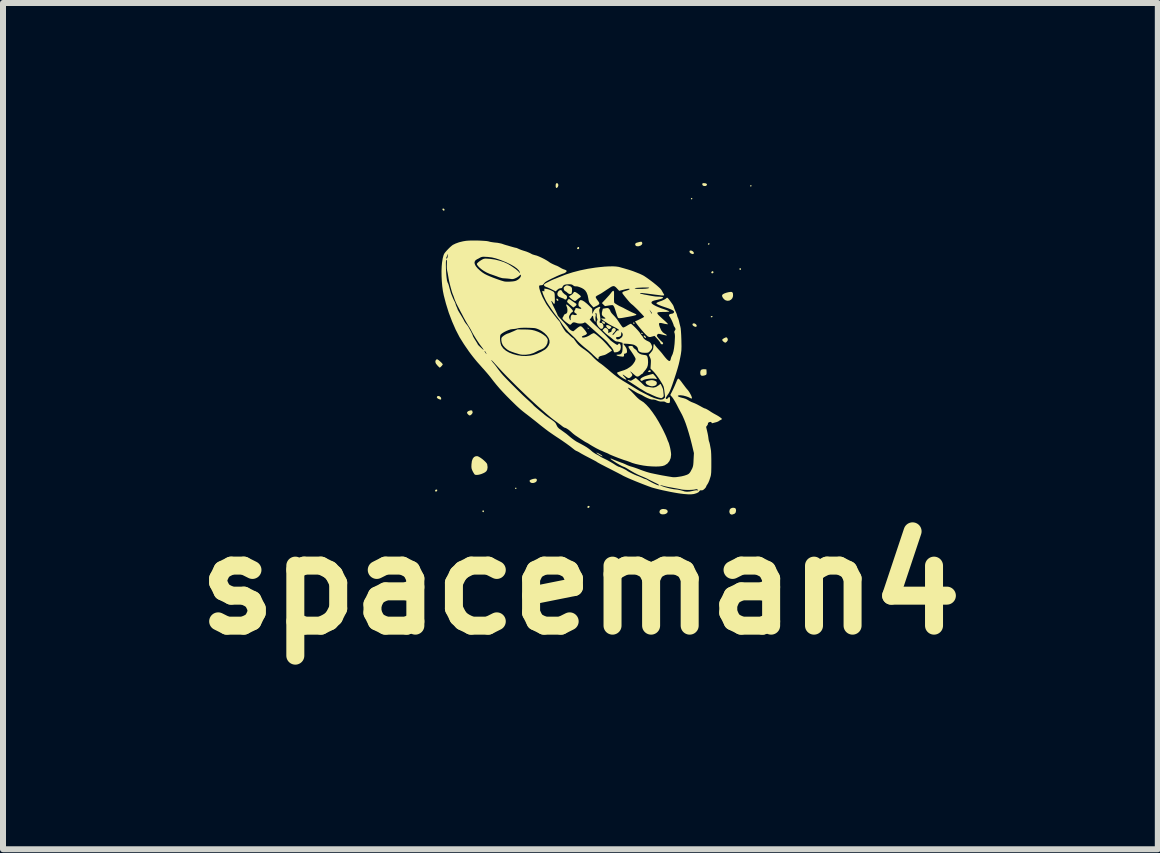
<source format=kicad_pcb>
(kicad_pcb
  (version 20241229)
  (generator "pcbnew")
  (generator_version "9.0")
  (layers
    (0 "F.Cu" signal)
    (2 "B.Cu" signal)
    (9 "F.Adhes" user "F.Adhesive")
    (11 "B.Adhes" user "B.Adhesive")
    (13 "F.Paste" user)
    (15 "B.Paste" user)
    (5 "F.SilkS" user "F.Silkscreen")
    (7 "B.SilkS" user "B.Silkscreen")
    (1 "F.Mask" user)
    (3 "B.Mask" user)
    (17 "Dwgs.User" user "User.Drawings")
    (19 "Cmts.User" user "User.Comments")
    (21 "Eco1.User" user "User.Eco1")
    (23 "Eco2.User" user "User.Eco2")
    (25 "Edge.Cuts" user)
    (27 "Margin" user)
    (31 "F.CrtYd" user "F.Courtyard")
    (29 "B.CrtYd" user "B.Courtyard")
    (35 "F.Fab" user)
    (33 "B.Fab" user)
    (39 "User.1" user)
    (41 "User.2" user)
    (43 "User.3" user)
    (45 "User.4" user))
  (footprint "spaceman4"
    (layer "F.Cu")
    (at 6.621 2.887)
    (property "Reference" "spaceman4" (at 0 3.81 0) (layer "F.SilkS") (effects (font (size 1.5 1.5) (thickness 0.3))))
    (attr board_only exclude_from_pos_files exclude_from_bom)
    (fp_poly (pts (xy 0.133 -0.472) (xy 0.139 -0.461) (xy 0.138 -0.455) (xy 0.13 -0.458) (xy 0.123 -0.464) (xy 0.118 -0.475) (xy 0.122 -0.477)) (stroke (width 0) (type solid)) (fill yes) (layer "F.SilkS"))
    (fp_poly (pts (xy 0.898 -0.56) (xy 0.903 -0.549) (xy 0.898 -0.541) (xy 0.889 -0.537) (xy 0.883 -0.546) (xy 0.881 -0.561) (xy 0.888 -0.566)) (stroke (width 0) (type solid)) (fill yes) (layer "F.SilkS"))
    (fp_poly (pts (xy 2.854 -2.844) (xy 2.852 -2.835) (xy 2.84 -2.829) (xy 2.829 -2.833) (xy 2.828 -2.84) (xy 2.834 -2.85) (xy 2.842 -2.851)) (stroke (width 0) (type solid)) (fill yes) (layer "F.SilkS"))
    (fp_poly (pts (xy -1.068 2.191) (xy -1.064 2.2) (xy -1.07 2.209) (xy -1.077 2.211) (xy -1.088 2.205) (xy -1.089 2.204) (xy -1.088 2.194) (xy -1.078 2.189)) (stroke (width 0) (type solid)) (fill yes) (layer "F.SilkS"))
    (fp_poly (pts (xy 1.865 -2.632) (xy 1.866 -2.626) (xy 1.859 -2.615) (xy 1.854 -2.614) (xy 1.843 -2.621) (xy 1.841 -2.626) (xy 1.848 -2.637) (xy 1.854 -2.639)) (stroke (width 0) (type solid)) (fill yes) (layer "F.SilkS"))
    (fp_poly (pts (xy 2.152 -1.878) (xy 2.15 -1.866) (xy 2.138 -1.858) (xy 2.126 -1.864) (xy 2.125 -1.865) (xy 2.127 -1.876) (xy 2.132 -1.882) (xy 2.145 -1.886)) (stroke (width 0) (type solid)) (fill yes) (layer "F.SilkS"))
    (fp_poly (pts (xy 2.202 -0.667) (xy 2.203 -0.662) (xy 2.196 -0.652) (xy 2.186 -0.649) (xy 2.173 -0.653) (xy 2.172 -0.66) (xy 2.181 -0.67) (xy 2.193 -0.672)) (stroke (width 0) (type solid)) (fill yes) (layer "F.SilkS"))
    (fp_poly (pts (xy -2.386 2.224) (xy -2.384 2.231) (xy -2.39 2.246) (xy -2.403 2.255) (xy -2.415 2.253) (xy -2.421 2.241) (xy -2.42 2.233) (xy -2.411 2.223) (xy -2.397 2.22)) (stroke (width 0) (type solid)) (fill yes) (layer "F.SilkS"))
    (fp_poly (pts (xy -2.27 -2.455) (xy -2.263 -2.443) (xy -2.264 -2.434) (xy -2.275 -2.425) (xy -2.289 -2.433) (xy -2.294 -2.438) (xy -2.3 -2.451) (xy -2.295 -2.46) (xy -2.283 -2.463)) (stroke (width 0) (type solid)) (fill yes) (layer "F.SilkS"))
    (fp_poly (pts (xy -1.612 2.569) (xy -1.61 2.571) (xy -1.606 2.583) (xy -1.612 2.595) (xy -1.619 2.598) (xy -1.63 2.592) (xy -1.632 2.589) (xy -1.633 2.576) (xy -1.624 2.568)) (stroke (width 0) (type solid)) (fill yes) (layer "F.SilkS"))
    (fp_poly (pts (xy -0.024 -1.82) (xy -0.02 -1.806) (xy -0.021 -1.797) (xy -0.032 -1.786) (xy -0.046 -1.786) (xy -0.054 -1.793) (xy -0.054 -1.805) (xy -0.045 -1.816) (xy -0.033 -1.822)) (stroke (width 0) (type solid)) (fill yes) (layer "F.SilkS"))
    (fp_poly (pts (xy 0.143 2.493) (xy 0.155 2.503) (xy 0.151 2.515) (xy 0.14 2.524) (xy 0.126 2.528) (xy 0.118 2.52) (xy 0.118 2.519) (xy 0.118 2.503) (xy 0.13 2.493)) (stroke (width 0) (type solid)) (fill yes) (layer "F.SilkS"))
    (fp_poly (pts (xy 1.032 -0.385) (xy 1.034 -0.384) (xy 1.043 -0.373) (xy 1.04 -0.37) (xy 1.034 -0.37) (xy 1.019 -0.375) (xy 1.015 -0.379) (xy 1.012 -0.39) (xy 1.019 -0.392)) (stroke (width 0) (type solid)) (fill yes) (layer "F.SilkS"))
    (fp_poly (pts (xy 1.076 -0.339) (xy 1.088 -0.324) (xy 1.093 -0.309) (xy 1.088 -0.304) (xy 1.076 -0.309) (xy 1.066 -0.319) (xy 1.054 -0.336) (xy 1.055 -0.344) (xy 1.064 -0.345)) (stroke (width 0) (type solid)) (fill yes) (layer "F.SilkS"))
    (fp_poly (pts (xy 2.212 -1.416) (xy 2.218 -1.401) (xy 2.217 -1.394) (xy 2.206 -1.383) (xy 2.19 -1.383) (xy 2.182 -1.39) (xy 2.182 -1.402) (xy 2.191 -1.414) (xy 2.204 -1.419)) (stroke (width 0) (type solid)) (fill yes) (layer "F.SilkS"))
    (fp_poly (pts (xy 2.67 -1.467) (xy 2.672 -1.466) (xy 2.677 -1.453) (xy 2.671 -1.441) (xy 2.663 -1.439) (xy 2.653 -1.444) (xy 2.651 -1.447) (xy 2.65 -1.46) (xy 2.658 -1.468)) (stroke (width 0) (type solid)) (fill yes) (layer "F.SilkS"))
    (fp_poly (pts (xy -0.376 -0.953) (xy -0.367 -0.941) (xy -0.366 -0.937) (xy -0.371 -0.925) (xy -0.382 -0.924) (xy -0.394 -0.935) (xy -0.395 -0.937) (xy -0.4 -0.953) (xy -0.399 -0.96) (xy -0.389 -0.961)) (stroke (width 0) (type solid)) (fill yes) (layer "F.SilkS"))
    (fp_poly (pts (xy 0.382 -0.58) (xy 0.401 -0.571) (xy 0.41 -0.556) (xy 0.406 -0.542) (xy 0.405 -0.541) (xy 0.393 -0.54) (xy 0.373 -0.554) (xy 0.358 -0.57) (xy 0.357 -0.58) (xy 0.37 -0.583)) (stroke (width 0) (type solid)) (fill yes) (layer "F.SilkS"))
    (fp_poly (pts (xy 1.168 0.236) (xy 1.168 0.236) (xy 1.173 0.249) (xy 1.172 0.254) (xy 1.162 0.261) (xy 1.146 0.263) (xy 1.133 0.261) (xy 1.128 0.254) (xy 1.128 0.253) (xy 1.139 0.239) (xy 1.154 0.232)) (stroke (width 0) (type solid)) (fill yes) (layer "F.SilkS"))
    (fp_poly (pts (xy -2.354 0.663) (xy -2.337 0.673) (xy -2.323 0.688) (xy -2.32 0.701) (xy -2.32 0.716) (xy -2.328 0.722) (xy -2.345 0.718) (xy -2.365 0.71) (xy -2.385 0.697) (xy -2.392 0.683) (xy -2.386 0.668) (xy -2.372 0.661)) (stroke (width 0) (type solid)) (fill yes) (layer "F.SilkS"))
    (fp_poly (pts (xy -0.378 -2.88) (xy -0.37 -2.869) (xy -0.367 -2.849) (xy -0.373 -2.827) (xy -0.386 -2.81) (xy -0.396 -2.805) (xy -0.405 -2.807) (xy -0.41 -2.821) (xy -0.412 -2.836) (xy -0.411 -2.863) (xy -0.403 -2.88) (xy -0.391 -2.887)) (stroke (width 0) (type solid)) (fill yes) (layer "F.SilkS"))
    (fp_poly (pts (xy 1.87 -1.752) (xy 1.886 -1.736) (xy 1.891 -1.722) (xy 1.886 -1.706) (xy 1.872 -1.703) (xy 1.847 -1.711) (xy 1.839 -1.715) (xy 1.823 -1.729) (xy 1.817 -1.745) (xy 1.823 -1.759) (xy 1.829 -1.762) (xy 1.849 -1.762)) (stroke (width 0) (type solid)) (fill yes) (layer "F.SilkS"))
    (fp_poly (pts (xy 1.905 -0.547) (xy 1.924 -0.535) (xy 1.937 -0.519) (xy 1.938 -0.508) (xy 1.933 -0.493) (xy 1.922 -0.49) (xy 1.901 -0.496) (xy 1.892 -0.5) (xy 1.874 -0.514) (xy 1.867 -0.529) (xy 1.872 -0.543) (xy 1.885 -0.549)) (stroke (width 0) (type solid)) (fill yes) (layer "F.SilkS"))
    (fp_poly (pts (xy 2.089 -2.882) (xy 2.106 -2.872) (xy 2.11 -2.858) (xy 2.104 -2.848) (xy 2.087 -2.838) (xy 2.064 -2.837) (xy 2.044 -2.843) (xy 2.04 -2.846) (xy 2.032 -2.862) (xy 2.03 -2.87) (xy 2.034 -2.88) (xy 2.047 -2.885) (xy 2.062 -2.885)) (stroke (width 0) (type solid)) (fill yes) (layer "F.SilkS"))
    (fp_poly (pts (xy -0.729 2.045) (xy -0.725 2.063) (xy -0.727 2.075) (xy -0.739 2.093) (xy -0.761 2.105) (xy -0.788 2.112) (xy -0.815 2.11) (xy -0.834 2.1) (xy -0.846 2.083) (xy -0.846 2.07) (xy -0.832 2.059) (xy -0.803 2.048) (xy -0.775 2.041) (xy -0.746 2.038)) (stroke (width 0) (type solid)) (fill yes) (layer "F.SilkS"))
    (fp_poly (pts (xy 0.275 1.607) (xy 0.293 1.614) (xy 0.316 1.626) (xy 0.338 1.639) (xy 0.356 1.651) (xy 0.363 1.658) (xy 0.368 1.667) (xy 0.36 1.667) (xy 0.34 1.656) (xy 0.31 1.639) (xy 0.287 1.624) (xy 0.271 1.612) (xy 0.266 1.605) (xy 0.266 1.605)) (stroke (width 0) (type solid)) (fill yes) (layer "F.SilkS"))
    (fp_poly (pts (xy 0.454 -0.52) (xy 0.474 -0.514) (xy 0.495 -0.504) (xy 0.512 -0.494) (xy 0.518 -0.486) (xy 0.511 -0.474) (xy 0.497 -0.461) (xy 0.481 -0.453) (xy 0.476 -0.453) (xy 0.464 -0.459) (xy 0.448 -0.474) (xy 0.446 -0.476) (xy 0.431 -0.498) (xy 0.429 -0.512) (xy 0.438 -0.52) (xy 0.44 -0.521)) (stroke (width 0) (type solid)) (fill yes) (layer "F.SilkS"))
    (fp_poly (pts (xy 1.425 2.55) (xy 1.447 2.563) (xy 1.455 2.586) (xy 1.455 2.591) (xy 1.447 2.608) (xy 1.428 2.623) (xy 1.401 2.632) (xy 1.37 2.634) (xy 1.352 2.632) (xy 1.329 2.62) (xy 1.318 2.601) (xy 1.32 2.578) (xy 1.33 2.562) (xy 1.346 2.551) (xy 1.368 2.545) (xy 1.391 2.545)) (stroke (width 0) (type solid)) (fill yes) (layer "F.SilkS"))
    (fp_poly (pts (xy 2.443 -0.31) (xy 2.445 -0.308) (xy 2.457 -0.286) (xy 2.454 -0.262) (xy 2.437 -0.24) (xy 2.419 -0.227) (xy 2.407 -0.229) (xy 2.39 -0.239) (xy 2.383 -0.245) (xy 2.367 -0.262) (xy 2.363 -0.276) (xy 2.374 -0.289) (xy 2.399 -0.304) (xy 2.4 -0.304) (xy 2.421 -0.314) (xy 2.433 -0.316)) (stroke (width 0) (type solid)) (fill yes) (layer "F.SilkS"))
    (fp_poly (pts (xy 1.02 -1.908) (xy 1.027 -1.899) (xy 1.028 -1.898) (xy 1.032 -1.877) (xy 1.021 -1.858) (xy 1 -1.843) (xy 0.97 -1.834) (xy 0.955 -1.833) (xy 0.934 -1.836) (xy 0.922 -1.843) (xy 0.913 -1.861) (xy 0.917 -1.879) (xy 0.931 -1.89) (xy 0.951 -1.896) (xy 0.977 -1.903) (xy 0.985 -1.905) (xy 1.007 -1.909)) (stroke (width 0) (type solid)) (fill yes) (layer "F.SilkS"))
    (fp_poly (pts (xy 2.1 0.218) (xy 2.103 0.26) (xy 2.103 0.287) (xy 2.099 0.303) (xy 2.091 0.311) (xy 2.09 0.311) (xy 2.063 0.321) (xy 2.035 0.325) (xy 2.013 0.321) (xy 2.012 0.32) (xy 2.002 0.307) (xy 1.998 0.282) (xy 1.997 0.276) (xy 2.001 0.243) (xy 2.014 0.224) (xy 2.038 0.216) (xy 2.062 0.215)) (stroke (width 0) (type solid)) (fill yes) (layer "F.SilkS"))
    (fp_poly (pts (xy -1.802 0.907) (xy -1.8 0.913) (xy -1.798 0.926) (xy -1.795 0.932) (xy -1.798 0.946) (xy -1.809 0.963) (xy -1.825 0.978) (xy -1.841 0.986) (xy -1.844 0.986) (xy -1.857 0.981) (xy -1.873 0.967) (xy -1.873 0.967) (xy -1.888 0.947) (xy -1.887 0.931) (xy -1.872 0.916) (xy -1.859 0.91) (xy -1.835 0.902) (xy -1.814 0.901)) (stroke (width 0) (type solid)) (fill yes) (layer "F.SilkS"))
    (fp_poly (pts (xy 2.575 2.528) (xy 2.59 2.542) (xy 2.594 2.567) (xy 2.592 2.585) (xy 2.585 2.608) (xy 2.571 2.622) (xy 2.56 2.627) (xy 2.532 2.637) (xy 2.513 2.637) (xy 2.497 2.627) (xy 2.495 2.626) (xy 2.486 2.609) (xy 2.482 2.586) (xy 2.482 2.585) (xy 2.489 2.554) (xy 2.508 2.533) (xy 2.539 2.524) (xy 2.548 2.524)) (stroke (width 0) (type solid)) (fill yes) (layer "F.SilkS"))
    (fp_poly (pts (xy 2.523 -1.072) (xy 2.535 -1.063) (xy 2.542 -1.047) (xy 2.543 -1.042) (xy 2.544 -1.003) (xy 2.533 -0.969) (xy 2.511 -0.944) (xy 2.482 -0.928) (xy 2.448 -0.925) (xy 2.419 -0.933) (xy 2.396 -0.949) (xy 2.376 -0.972) (xy 2.363 -0.997) (xy 2.361 -1.015) (xy 2.371 -1.031) (xy 2.396 -1.046) (xy 2.432 -1.059) (xy 2.468 -1.068) (xy 2.502 -1.073)) (stroke (width 0) (type solid)) (fill yes) (layer "F.SilkS"))
    (fp_poly (pts (xy -2.376 0.055) (xy -2.357 0.068) (xy -2.336 0.087) (xy -2.315 0.106) (xy -2.3 0.123) (xy -2.293 0.134) (xy -2.293 0.135) (xy -2.299 0.146) (xy -2.312 0.162) (xy -2.327 0.177) (xy -2.34 0.188) (xy -2.344 0.189) (xy -2.352 0.183) (xy -2.367 0.169) (xy -2.383 0.152) (xy -2.407 0.122) (xy -2.416 0.097) (xy -2.417 0.092) (xy -2.412 0.068) (xy -2.398 0.052) (xy -2.387 0.049)) (stroke (width 0) (type solid)) (fill yes) (layer "F.SilkS"))
    (fp_poly (pts (xy -0.199 -1.177) (xy -0.167 -1.166) (xy -0.149 -1.152) (xy -0.14 -1.133) (xy -0.139 -1.104) (xy -0.139 -1.097) (xy -0.141 -1.07) (xy -0.146 -1.05) (xy -0.151 -1.042) (xy -0.174 -1.036) (xy -0.199 -1.045) (xy -0.214 -1.057) (xy -0.233 -1.074) (xy -0.252 -1.085) (xy -0.253 -1.086) (xy -0.269 -1.099) (xy -0.278 -1.122) (xy -0.277 -1.145) (xy -0.277 -1.146) (xy -0.267 -1.159) (xy -0.251 -1.172) (xy -0.233 -1.181) (xy -0.215 -1.181)) (stroke (width 0) (type solid)) (fill yes) (layer "F.SilkS"))
    (fp_poly (pts (xy 1.218 0.401) (xy 1.232 0.405) (xy 1.259 0.417) (xy 1.272 0.431) (xy 1.273 0.453) (xy 1.271 0.465) (xy 1.26 0.481) (xy 1.237 0.492) (xy 1.235 0.493) (xy 1.207 0.499) (xy 1.185 0.5) (xy 1.161 0.494) (xy 1.148 0.49) (xy 1.114 0.473) (xy 1.093 0.454) (xy 1.087 0.434) (xy 1.087 0.432) (xy 1.091 0.422) (xy 1.104 0.414) (xy 1.129 0.407) (xy 1.141 0.404) (xy 1.173 0.398) (xy 1.196 0.397)) (stroke (width 0) (type solid)) (fill yes) (layer "F.SilkS"))
    (fp_poly (pts (xy 1.243 0.328) (xy 1.262 0.353) (xy 1.273 0.371) (xy 1.274 0.381) (xy 1.265 0.381) (xy 1.258 0.378) (xy 1.237 0.373) (xy 1.205 0.371) (xy 1.167 0.372) (xy 1.127 0.376) (xy 1.09 0.382) (xy 1.061 0.39) (xy 1.045 0.398) (xy 1.026 0.41) (xy 1.011 0.406) (xy 1.003 0.399) (xy 0.999 0.383) (xy 1.01 0.367) (xy 1.036 0.35) (xy 1.074 0.332) (xy 1.124 0.316) (xy 1.155 0.307) (xy 1.211 0.293)) (stroke (width 0) (type solid)) (fill yes) (layer "F.SilkS"))
    (fp_poly (pts (xy -0.32 -1.101) (xy -0.307 -1.09) (xy -0.304 -1.082) (xy -0.298 -1.069) (xy -0.282 -1.052) (xy -0.262 -1.034) (xy -0.241 -1.02) (xy -0.24 -1.02) (xy -0.227 -1.006) (xy -0.222 -0.985) (xy -0.226 -0.965) (xy -0.237 -0.95) (xy -0.252 -0.945) (xy -0.265 -0.951) (xy -0.267 -0.953) (xy -0.277 -0.96) (xy -0.298 -0.968) (xy -0.317 -0.975) (xy -0.355 -0.99) (xy -0.377 -1.01) (xy -0.384 -1.036) (xy -0.382 -1.052) (xy -0.372 -1.076) (xy -0.355 -1.094) (xy -0.335 -1.103)) (stroke (width 0) (type solid)) (fill yes) (layer "F.SilkS"))
    (fp_poly (pts (xy -0.178 -0.949) (xy -0.158 -0.937) (xy -0.149 -0.93) (xy -0.124 -0.912) (xy -0.098 -0.895) (xy -0.093 -0.892) (xy -0.07 -0.876) (xy -0.064 -0.862) (xy -0.072 -0.847) (xy -0.086 -0.835) (xy -0.104 -0.822) (xy -0.115 -0.815) (xy -0.117 -0.814) (xy -0.124 -0.819) (xy -0.14 -0.832) (xy -0.162 -0.851) (xy -0.169 -0.856) (xy -0.192 -0.877) (xy -0.211 -0.894) (xy -0.22 -0.905) (xy -0.221 -0.906) (xy -0.219 -0.921) (xy -0.21 -0.938) (xy -0.198 -0.951) (xy -0.191 -0.954)) (stroke (width 0) (type solid)) (fill yes) (layer "F.SilkS"))
    (fp_poly (pts (xy -0.089 -1.072) (xy -0.071 -1.064) (xy -0.048 -1.049) (xy -0.024 -1.031) (xy -0.005 -1.015) (xy 0.007 -1.001) (xy 0.008 -0.997) (xy 0.002 -0.986) (xy -0.014 -0.975) (xy -0.014 -0.975) (xy -0.036 -0.96) (xy -0.057 -0.942) (xy -0.074 -0.928) (xy -0.089 -0.921) (xy -0.09 -0.921) (xy -0.103 -0.926) (xy -0.124 -0.938) (xy -0.146 -0.954) (xy -0.168 -0.972) (xy -0.183 -0.987) (xy -0.189 -0.995) (xy -0.182 -1.003) (xy -0.166 -1.014) (xy -0.158 -1.018) (xy -0.135 -1.034) (xy -0.119 -1.052) (xy -0.117 -1.056) (xy -0.107 -1.071) (xy -0.094 -1.073)) (stroke (width 0) (type solid)) (fill yes) (layer "F.SilkS"))
    (fp_poly (pts (xy -1.713 1.665) (xy -1.692 1.674) (xy -1.664 1.691) (xy -1.633 1.713) (xy -1.603 1.739) (xy -1.577 1.764) (xy -1.559 1.786) (xy -1.553 1.798) (xy -1.546 1.848) (xy -1.552 1.888) (xy -1.566 1.914) (xy -1.588 1.933) (xy -1.619 1.949) (xy -1.654 1.963) (xy -1.691 1.973) (xy -1.724 1.977) (xy -1.75 1.975) (xy -1.762 1.969) (xy -1.772 1.955) (xy -1.786 1.932) (xy -1.797 1.911) (xy -1.808 1.885) (xy -1.814 1.864) (xy -1.816 1.839) (xy -1.815 1.806) (xy -1.815 1.801) (xy -1.808 1.746) (xy -1.793 1.705) (xy -1.771 1.678) (xy -1.742 1.665)) (stroke (width 0) (type solid)) (fill yes) (layer "F.SilkS"))
    (fp_poly (pts (xy -0.937 -0.447) (xy -0.884 -0.446) (xy -0.842 -0.443) (xy -0.807 -0.439) (xy -0.773 -0.431) (xy -0.76 -0.428) (xy -0.707 -0.409) (xy -0.658 -0.386) (xy -0.615 -0.359) (xy -0.579 -0.331) (xy -0.555 -0.302) (xy -0.543 -0.275) (xy -0.543 -0.268) (xy -0.55 -0.217) (xy -0.572 -0.173) (xy -0.607 -0.137) (xy -0.654 -0.112) (xy -0.661 -0.11) (xy -0.692 -0.098) (xy -0.721 -0.084) (xy -0.732 -0.078) (xy -0.783 -0.053) (xy -0.843 -0.035) (xy -0.907 -0.026) (xy -0.967 -0.026) (xy -0.999 -0.03) (xy -1.026 -0.037) (xy -1.062 -0.048) (xy -1.101 -0.06) (xy -1.138 -0.073) (xy -1.169 -0.085) (xy -1.186 -0.092) (xy -1.223 -0.115) (xy -1.258 -0.145) (xy -1.286 -0.177) (xy -1.298 -0.197) (xy -1.311 -0.231) (xy -1.317 -0.266) (xy -1.317 -0.297) (xy -1.312 -0.311) (xy -1.298 -0.327) (xy -1.274 -0.346) (xy -1.247 -0.363) (xy -1.22 -0.376) (xy -1.208 -0.38) (xy -1.192 -0.385) (xy -1.165 -0.396) (xy -1.133 -0.41) (xy -1.118 -0.416) (xy -1.048 -0.448)) (stroke (width 0) (type solid)) (fill yes) (layer "F.SilkS"))
    (fp_poly (pts (xy 0.555 -1.088) (xy 0.559 -1.079) (xy 0.561 -1.062) (xy 0.561 -1.033) (xy 0.561 -0.995) (xy 0.56 -0.956) (xy 0.561 -0.924) (xy 0.563 -0.901) (xy 0.565 -0.892) (xy 0.576 -0.882) (xy 0.598 -0.868) (xy 0.624 -0.852) (xy 0.649 -0.838) (xy 0.67 -0.828) (xy 0.675 -0.826) (xy 0.692 -0.818) (xy 0.717 -0.806) (xy 0.731 -0.798) (xy 0.769 -0.778) (xy 0.813 -0.755) (xy 0.858 -0.733) (xy 0.897 -0.716) (xy 0.908 -0.711) (xy 0.928 -0.701) (xy 0.933 -0.693) (xy 0.931 -0.689) (xy 0.92 -0.685) (xy 0.896 -0.678) (xy 0.862 -0.67) (xy 0.822 -0.662) (xy 0.812 -0.66) (xy 0.755 -0.65) (xy 0.712 -0.642) (xy 0.68 -0.637) (xy 0.658 -0.635) (xy 0.644 -0.635) (xy 0.635 -0.637) (xy 0.629 -0.641) (xy 0.626 -0.643) (xy 0.62 -0.657) (xy 0.61 -0.681) (xy 0.6 -0.713) (xy 0.595 -0.728) (xy 0.579 -0.78) (xy 0.565 -0.818) (xy 0.552 -0.841) (xy 0.542 -0.851) (xy 0.53 -0.853) (xy 0.506 -0.851) (xy 0.476 -0.847) (xy 0.471 -0.846) (xy 0.41 -0.836) (xy 0.384 -0.861) (xy 0.359 -0.887) (xy 0.427 -0.959) (xy 0.456 -0.991) (xy 0.483 -1.021) (xy 0.504 -1.047) (xy 0.516 -1.063) (xy 0.532 -1.082) (xy 0.546 -1.091) (xy 0.55 -1.091)) (stroke (width 0) (type solid)) (fill yes) (layer "F.SilkS"))
    (fp_poly (pts (xy 0.958 0.39) (xy 0.983 0.412) (xy 1.014 0.44) (xy 1.039 0.464) (xy 1.064 0.487) (xy 1.084 0.501) (xy 1.101 0.506) (xy 1.111 0.507) (xy 1.137 0.51) (xy 1.167 0.516) (xy 1.172 0.517) (xy 1.216 0.522) (xy 1.259 0.512) (xy 1.3 0.486) (xy 1.302 0.485) (xy 1.32 0.47) (xy 1.332 0.461) (xy 1.334 0.46) (xy 1.34 0.467) (xy 1.349 0.484) (xy 1.36 0.507) (xy 1.37 0.53) (xy 1.376 0.545) (xy 1.379 0.56) (xy 1.382 0.586) (xy 1.385 0.616) (xy 1.388 0.646) (xy 1.387 0.665) (xy 1.382 0.676) (xy 1.373 0.684) (xy 1.371 0.686) (xy 1.356 0.695) (xy 1.348 0.698) (xy 1.338 0.696) (xy 1.319 0.691) (xy 1.315 0.691) (xy 1.295 0.685) (xy 1.271 0.677) (xy 1.241 0.665) (xy 1.2 0.647) (xy 1.169 0.632) (xy 1.143 0.62) (xy 1.123 0.612) (xy 1.113 0.608) (xy 1.113 0.608) (xy 1.105 0.604) (xy 1.086 0.593) (xy 1.064 0.58) (xy 1.04 0.565) (xy 1.023 0.554) (xy 1.015 0.551) (xy 1.007 0.546) (xy 0.988 0.535) (xy 0.961 0.517) (xy 0.928 0.495) (xy 0.922 0.491) (xy 0.885 0.467) (xy 0.851 0.445) (xy 0.823 0.427) (xy 0.805 0.416) (xy 0.805 0.416) (xy 0.788 0.405) (xy 0.786 0.399) (xy 0.791 0.397) (xy 0.809 0.398) (xy 0.822 0.403) (xy 0.834 0.407) (xy 0.849 0.404) (xy 0.869 0.393) (xy 0.88 0.386) (xy 0.921 0.36)) (stroke (width 0) (type solid)) (fill yes) (layer "F.SilkS"))
    (fp_poly (pts (xy 0.862 -0.171) (xy 0.874 -0.163) (xy 0.879 -0.152) (xy 0.892 -0.134) (xy 0.911 -0.12) (xy 0.93 -0.106) (xy 0.941 -0.091) (xy 0.941 -0.091) (xy 0.955 -0.069) (xy 0.978 -0.049) (xy 1.007 -0.034) (xy 1.024 -0.029) (xy 1.053 -0.024) (xy 1.08 -0.02) (xy 1.1 -0.015) (xy 1.112 -0.002) (xy 1.119 0.015) (xy 1.124 0.039) (xy 1.127 0.072) (xy 1.128 0.104) (xy 1.124 0.147) (xy 1.113 0.184) (xy 1.092 0.218) (xy 1.066 0.249) (xy 1.052 0.266) (xy 1.044 0.278) (xy 1.044 0.28) (xy 1.038 0.288) (xy 1.037 0.288) (xy 1.026 0.293) (xy 1.009 0.305) (xy 0.996 0.316) (xy 0.974 0.332) (xy 0.956 0.338) (xy 0.938 0.336) (xy 0.917 0.323) (xy 0.888 0.298) (xy 0.879 0.29) (xy 0.853 0.267) (xy 0.837 0.254) (xy 0.831 0.253) (xy 0.836 0.262) (xy 0.851 0.281) (xy 0.864 0.302) (xy 0.864 0.32) (xy 0.849 0.339) (xy 0.834 0.352) (xy 0.818 0.362) (xy 0.803 0.364) (xy 0.785 0.357) (xy 0.759 0.34) (xy 0.749 0.332) (xy 0.722 0.313) (xy 0.708 0.305) (xy 0.705 0.309) (xy 0.715 0.323) (xy 0.735 0.344) (xy 0.753 0.365) (xy 0.765 0.381) (xy 0.767 0.389) (xy 0.766 0.389) (xy 0.756 0.388) (xy 0.736 0.379) (xy 0.711 0.365) (xy 0.71 0.365) (xy 0.676 0.343) (xy 0.648 0.321) (xy 0.626 0.3) (xy 0.613 0.283) (xy 0.612 0.273) (xy 0.613 0.272) (xy 0.624 0.266) (xy 0.647 0.258) (xy 0.676 0.248) (xy 0.682 0.246) (xy 0.732 0.23) (xy 0.773 0.212) (xy 0.812 0.188) (xy 0.838 0.17) (xy 0.863 0.147) (xy 0.887 0.117) (xy 0.907 0.086) (xy 0.918 0.058) (xy 0.92 0.045) (xy 0.916 0.03) (xy 0.902 0.004) (xy 0.88 -0.032) (xy 0.851 -0.076) (xy 0.817 -0.125) (xy 0.805 -0.145) (xy 0.801 -0.16) (xy 0.801 -0.164) (xy 0.812 -0.169) (xy 0.833 -0.172) (xy 0.839 -0.173)) (stroke (width 0) (type solid)) (fill yes) (layer "F.SilkS"))
    (fp_poly (pts (xy -0.563 -1.123) (xy -0.535 -1.116) (xy -0.501 -1.104) (xy -0.479 -1.093) (xy -0.46 -1.083) (xy -0.446 -1.075) (xy -0.437 -1.064) (xy -0.431 -1.05) (xy -0.428 -1.028) (xy -0.427 -0.996) (xy -0.425 -0.95) (xy -0.425 -0.942) (xy -0.426 -0.903) (xy -0.429 -0.88) (xy -0.437 -0.873) (xy -0.448 -0.881) (xy -0.462 -0.901) (xy -0.475 -0.92) (xy -0.482 -0.923) (xy -0.483 -0.92) (xy -0.481 -0.908) (xy -0.472 -0.885) (xy -0.458 -0.853) (xy -0.44 -0.815) (xy -0.432 -0.799) (xy -0.413 -0.76) (xy -0.397 -0.726) (xy -0.385 -0.7) (xy -0.379 -0.684) (xy -0.378 -0.682) (xy -0.373 -0.673) (xy -0.358 -0.655) (xy -0.335 -0.63) (xy -0.307 -0.6) (xy -0.296 -0.589) (xy -0.265 -0.556) (xy -0.237 -0.525) (xy -0.215 -0.499) (xy -0.201 -0.48) (xy -0.199 -0.476) (xy -0.182 -0.453) (xy -0.158 -0.433) (xy -0.153 -0.43) (xy -0.132 -0.42) (xy -0.12 -0.417) (xy -0.111 -0.421) (xy -0.103 -0.428) (xy -0.069 -0.457) (xy -0.039 -0.481) (xy -0.015 -0.496) (xy -0.001 -0.501) (xy 0.013 -0.499) (xy 0.028 -0.489) (xy 0.046 -0.471) (xy 0.071 -0.441) (xy 0.078 -0.432) (xy 0.096 -0.407) (xy 0.106 -0.391) (xy 0.109 -0.381) (xy 0.105 -0.372) (xy 0.101 -0.368) (xy 0.085 -0.356) (xy 0.061 -0.346) (xy 0.056 -0.345) (xy 0.033 -0.335) (xy 0.025 -0.324) (xy 0.025 -0.323) (xy 0.031 -0.314) (xy 0.049 -0.312) (xy 0.075 -0.316) (xy 0.106 -0.326) (xy 0.138 -0.341) (xy 0.158 -0.353) (xy 0.184 -0.37) (xy 0.207 -0.381) (xy 0.221 -0.386) (xy 0.221 -0.386) (xy 0.236 -0.381) (xy 0.259 -0.365) (xy 0.288 -0.342) (xy 0.322 -0.313) (xy 0.358 -0.281) (xy 0.392 -0.247) (xy 0.424 -0.213) (xy 0.426 -0.211) (xy 0.453 -0.181) (xy 0.477 -0.153) (xy 0.497 -0.131) (xy 0.506 -0.122) (xy 0.519 -0.106) (xy 0.526 -0.097) (xy 0.526 -0.096) (xy 0.52 -0.09) (xy 0.503 -0.079) (xy 0.48 -0.064) (xy 0.455 -0.049) (xy 0.432 -0.035) (xy 0.423 -0.03) (xy 0.398 -0.02) (xy 0.368 -0.013) (xy 0.366 -0.012) (xy 0.329 -0.002) (xy 0.308 0.011) (xy 0.301 0.028) (xy 0.302 0.033) (xy 0.303 0.046) (xy 0.296 0.048) (xy 0.281 0.039) (xy 0.257 0.018) (xy 0.222 -0.015) (xy 0.219 -0.017) (xy 0.188 -0.048) (xy 0.155 -0.078) (xy 0.126 -0.103) (xy 0.111 -0.115) (xy 0.082 -0.138) (xy 0.048 -0.166) (xy 0.014 -0.196) (xy -0.018 -0.226) (xy -0.044 -0.252) (xy -0.063 -0.273) (xy -0.067 -0.278) (xy -0.079 -0.292) (xy -0.1 -0.314) (xy -0.127 -0.339) (xy -0.148 -0.359) (xy -0.198 -0.406) (xy -0.244 -0.458) (xy -0.29 -0.518) (xy -0.323 -0.567) (xy -0.343 -0.596) (xy -0.368 -0.631) (xy -0.394 -0.665) (xy -0.399 -0.67) (xy -0.426 -0.706) (xy -0.455 -0.746) (xy -0.48 -0.782) (xy -0.482 -0.785) (xy -0.503 -0.817) (xy -0.525 -0.849) (xy -0.542 -0.874) (xy -0.543 -0.877) (xy -0.56 -0.903) (xy -0.578 -0.936) (xy -0.595 -0.972) (xy -0.611 -1.008) (xy -0.624 -1.041) (xy -0.632 -1.067) (xy -0.635 -1.084) (xy -0.634 -1.087) (xy -0.622 -1.091) (xy -0.613 -1.085) (xy -0.604 -1.08) (xy -0.601 -1.087) (xy -0.6 -1.102) (xy -0.6 -1.128)) (stroke (width 0) (type solid)) (fill yes) (layer "F.SilkS"))
    (fp_poly (pts (xy 0.461 -0.803) (xy 0.473 -0.796) (xy 0.483 -0.785) (xy 0.495 -0.767) (xy 0.501 -0.751) (xy 0.501 -0.75) (xy 0.507 -0.738) (xy 0.521 -0.718) (xy 0.542 -0.695) (xy 0.546 -0.691) (xy 0.572 -0.663) (xy 0.596 -0.635) (xy 0.614 -0.612) (xy 0.614 -0.611) (xy 0.631 -0.586) (xy 0.653 -0.554) (xy 0.668 -0.531) (xy 0.686 -0.506) (xy 0.701 -0.488) (xy 0.711 -0.48) (xy 0.724 -0.482) (xy 0.745 -0.491) (xy 0.772 -0.506) (xy 0.776 -0.509) (xy 0.803 -0.525) (xy 0.826 -0.537) (xy 0.84 -0.542) (xy 0.841 -0.543) (xy 0.851 -0.537) (xy 0.87 -0.521) (xy 0.893 -0.499) (xy 0.92 -0.473) (xy 0.946 -0.445) (xy 0.97 -0.418) (xy 0.988 -0.396) (xy 0.997 -0.382) (xy 1.011 -0.36) (xy 1.027 -0.342) (xy 1.039 -0.327) (xy 1.044 -0.317) (xy 1.051 -0.303) (xy 1.068 -0.286) (xy 1.091 -0.269) (xy 1.115 -0.256) (xy 1.118 -0.255) (xy 1.15 -0.239) (xy 1.171 -0.219) (xy 1.187 -0.188) (xy 1.188 -0.185) (xy 1.196 -0.159) (xy 1.194 -0.138) (xy 1.183 -0.116) (xy 1.161 -0.089) (xy 1.156 -0.084) (xy 1.142 -0.07) (xy 1.128 -0.062) (xy 1.111 -0.059) (xy 1.083 -0.058) (xy 1.073 -0.058) (xy 1.026 -0.061) (xy 0.991 -0.072) (xy 0.969 -0.089) (xy 0.962 -0.112) (xy 0.954 -0.142) (xy 0.933 -0.168) (xy 0.901 -0.188) (xy 0.894 -0.191) (xy 0.876 -0.196) (xy 0.848 -0.201) (xy 0.816 -0.205) (xy 0.783 -0.208) (xy 0.752 -0.21) (xy 0.729 -0.21) (xy 0.716 -0.209) (xy 0.715 -0.207) (xy 0.72 -0.2) (xy 0.733 -0.184) (xy 0.743 -0.172) (xy 0.767 -0.134) (xy 0.775 -0.106) (xy 0.777 -0.076) (xy 0.773 -0.059) (xy 0.76 -0.05) (xy 0.747 -0.046) (xy 0.73 -0.041) (xy 0.726 -0.032) (xy 0.728 -0.024) (xy 0.727 -0.007) (xy 0.718 0.005) (xy 0.707 0.007) (xy 0.697 0.005) (xy 0.676 0.003) (xy 0.66 0.001) (xy 0.633 -0.004) (xy 0.613 -0.011) (xy 0.607 -0.015) (xy 0.601 -0.021) (xy 0.604 -0.025) (xy 0.618 -0.027) (xy 0.64 -0.028) (xy 0.666 -0.033) (xy 0.684 -0.048) (xy 0.696 -0.073) (xy 0.702 -0.112) (xy 0.703 -0.15) (xy 0.703 -0.224) (xy 0.666 -0.235) (xy 0.638 -0.242) (xy 0.613 -0.246) (xy 0.606 -0.246) (xy 0.582 -0.254) (xy 0.553 -0.274) (xy 0.549 -0.278) (xy 0.521 -0.301) (xy 0.515 -0.306) (xy 0.592 -0.306) (xy 0.601 -0.291) (xy 0.602 -0.289) (xy 0.62 -0.28) (xy 0.643 -0.285) (xy 0.652 -0.289) (xy 0.685 -0.312) (xy 0.703 -0.338) (xy 0.706 -0.367) (xy 0.698 -0.387) (xy 0.688 -0.401) (xy 0.682 -0.4) (xy 0.68 -0.383) (xy 0.681 -0.375) (xy 0.677 -0.348) (xy 0.66 -0.33) (xy 0.631 -0.321) (xy 0.619 -0.321) (xy 0.598 -0.317) (xy 0.592 -0.306) (xy 0.515 -0.306) (xy 0.489 -0.327) (xy 0.473 -0.339) (xy 0.443 -0.362) (xy 0.413 -0.388) (xy 0.399 -0.402) (xy 0.367 -0.435) (xy 0.386 -0.456) (xy 0.406 -0.473) (xy 0.423 -0.475) (xy 0.443 -0.463) (xy 0.448 -0.458) (xy 0.463 -0.442) (xy 0.466 -0.424) (xy 0.465 -0.413) (xy 0.464 -0.394) (xy 0.469 -0.386) (xy 0.478 -0.391) (xy 0.481 -0.395) (xy 0.492 -0.401) (xy 0.502 -0.403) (xy 0.515 -0.408) (xy 0.518 -0.422) (xy 0.523 -0.442) (xy 0.534 -0.459) (xy 0.549 -0.47) (xy 0.563 -0.47) (xy 0.571 -0.467) (xy 0.588 -0.454) (xy 0.59 -0.436) (xy 0.576 -0.413) (xy 0.563 -0.399) (xy 0.543 -0.377) (xy 0.535 -0.361) (xy 0.538 -0.354) (xy 0.541 -0.353) (xy 0.549 -0.359) (xy 0.564 -0.375) (xy 0.58 -0.395) (xy 0.601 -0.418) (xy 0.616 -0.43) (xy 0.629 -0.433) (xy 0.631 -0.433) (xy 0.644 -0.433) (xy 0.643 -0.439) (xy 0.631 -0.45) (xy 0.608 -0.465) (xy 0.577 -0.482) (xy 0.543 -0.499) (xy 0.513 -0.514) (xy 0.479 -0.533) (xy 0.444 -0.555) (xy 0.41 -0.577) (xy 0.381 -0.598) (xy 0.359 -0.615) (xy 0.347 -0.627) (xy 0.345 -0.63) (xy 0.352 -0.631) (xy 0.371 -0.63) (xy 0.382 -0.628) (xy 0.408 -0.627) (xy 0.418 -0.631) (xy 0.413 -0.64) (xy 0.393 -0.655) (xy 0.391 -0.656) (xy 0.369 -0.674) (xy 0.358 -0.695) (xy 0.358 -0.724) (xy 0.364 -0.752) (xy 0.374 -0.793) (xy 0.419 -0.8) (xy 0.445 -0.804)) (stroke (width 0) (type solid)) (fill yes) (layer "F.SilkS"))
    (fp_poly (pts (xy 0.034 -0.93) (xy 0.068 -0.91) (xy 0.109 -0.877) (xy 0.134 -0.854) (xy 0.197 -0.793) (xy 0.198 -0.748) (xy 0.198 -0.703) (xy 0.218 -0.746) (xy 0.232 -0.773) (xy 0.248 -0.791) (xy 0.273 -0.806) (xy 0.28 -0.809) (xy 0.31 -0.822) (xy 0.327 -0.825) (xy 0.332 -0.818) (xy 0.325 -0.8) (xy 0.324 -0.798) (xy 0.316 -0.783) (xy 0.314 -0.766) (xy 0.316 -0.744) (xy 0.32 -0.722) (xy 0.328 -0.673) (xy 0.333 -0.634) (xy 0.334 -0.607) (xy 0.331 -0.593) (xy 0.329 -0.592) (xy 0.323 -0.585) (xy 0.321 -0.572) (xy 0.323 -0.558) (xy 0.334 -0.556) (xy 0.336 -0.556) (xy 0.356 -0.555) (xy 0.372 -0.541) (xy 0.382 -0.52) (xy 0.385 -0.496) (xy 0.378 -0.474) (xy 0.371 -0.465) (xy 0.355 -0.457) (xy 0.337 -0.46) (xy 0.317 -0.477) (xy 0.297 -0.5) (xy 0.279 -0.53) (xy 0.271 -0.559) (xy 0.273 -0.585) (xy 0.281 -0.598) (xy 0.286 -0.61) (xy 0.281 -0.629) (xy 0.28 -0.632) (xy 0.273 -0.657) (xy 0.272 -0.679) (xy 0.271 -0.704) (xy 0.263 -0.72) (xy 0.255 -0.723) (xy 0.251 -0.717) (xy 0.254 -0.705) (xy 0.257 -0.683) (xy 0.254 -0.67) (xy 0.251 -0.652) (xy 0.251 -0.626) (xy 0.252 -0.614) (xy 0.254 -0.591) (xy 0.251 -0.577) (xy 0.249 -0.575) (xy 0.24 -0.582) (xy 0.23 -0.6) (xy 0.221 -0.622) (xy 0.215 -0.644) (xy 0.214 -0.653) (xy 0.211 -0.672) (xy 0.203 -0.676) (xy 0.193 -0.665) (xy 0.186 -0.653) (xy 0.176 -0.635) (xy 0.166 -0.625) (xy 0.165 -0.625) (xy 0.156 -0.621) (xy 0.159 -0.61) (xy 0.173 -0.591) (xy 0.2 -0.563) (xy 0.239 -0.526) (xy 0.244 -0.521) (xy 0.282 -0.486) (xy 0.325 -0.444) (xy 0.37 -0.4) (xy 0.415 -0.356) (xy 0.454 -0.315) (xy 0.487 -0.282) (xy 0.495 -0.272) (xy 0.51 -0.259) (xy 0.532 -0.242) (xy 0.557 -0.224) (xy 0.582 -0.207) (xy 0.603 -0.194) (xy 0.614 -0.189) (xy 0.615 -0.189) (xy 0.627 -0.196) (xy 0.63 -0.201) (xy 0.64 -0.212) (xy 0.646 -0.214) (xy 0.66 -0.206) (xy 0.67 -0.185) (xy 0.674 -0.155) (xy 0.674 -0.149) (xy 0.667 -0.113) (xy 0.648 -0.087) (xy 0.616 -0.071) (xy 0.598 -0.068) (xy 0.574 -0.066) (xy 0.562 -0.068) (xy 0.557 -0.078) (xy 0.554 -0.09) (xy 0.546 -0.11) (xy 0.53 -0.135) (xy 0.515 -0.154) (xy 0.492 -0.181) (xy 0.47 -0.208) (xy 0.459 -0.222) (xy 0.444 -0.239) (xy 0.42 -0.263) (xy 0.39 -0.291) (xy 0.366 -0.312) (xy 0.322 -0.35) (xy 0.271 -0.395) (xy 0.218 -0.443) (xy 0.166 -0.489) (xy 0.121 -0.531) (xy 0.119 -0.532) (xy 0.096 -0.553) (xy 0.081 -0.563) (xy 0.07 -0.564) (xy 0.061 -0.558) (xy 0.041 -0.55) (xy 0.011 -0.546) (xy -0.022 -0.546) (xy -0.052 -0.551) (xy -0.062 -0.555) (xy -0.096 -0.565) (xy -0.121 -0.565) (xy -0.139 -0.552) (xy -0.143 -0.547) (xy -0.157 -0.532) (xy -0.17 -0.526) (xy -0.184 -0.531) (xy -0.206 -0.545) (xy -0.231 -0.563) (xy -0.257 -0.584) (xy -0.278 -0.604) (xy -0.288 -0.615) (xy -0.299 -0.631) (xy -0.298 -0.641) (xy -0.293 -0.649) (xy -0.282 -0.667) (xy -0.278 -0.677) (xy -0.269 -0.694) (xy -0.261 -0.7) (xy -0.24 -0.71) (xy -0.232 -0.714) (xy -0.221 -0.728) (xy -0.216 -0.752) (xy -0.216 -0.782) (xy -0.222 -0.813) (xy -0.226 -0.823) (xy -0.235 -0.846) (xy -0.238 -0.858) (xy -0.235 -0.863) (xy -0.23 -0.863) (xy -0.218 -0.857) (xy -0.199 -0.842) (xy -0.177 -0.821) (xy -0.155 -0.798) (xy -0.137 -0.777) (xy -0.125 -0.76) (xy -0.123 -0.754) (xy -0.13 -0.739) (xy -0.14 -0.734) (xy -0.154 -0.724) (xy -0.169 -0.704) (xy -0.182 -0.681) (xy -0.189 -0.659) (xy -0.189 -0.654) (xy -0.186 -0.639) (xy -0.179 -0.62) (xy -0.171 -0.605) (xy -0.165 -0.6) (xy -0.162 -0.607) (xy -0.162 -0.625) (xy -0.163 -0.631) (xy -0.161 -0.659) (xy -0.152 -0.682) (xy -0.137 -0.694) (xy -0.12 -0.695) (xy -0.116 -0.692) (xy -0.098 -0.687) (xy -0.079 -0.687) (xy -0.063 -0.692) (xy -0.058 -0.7) (xy -0.064 -0.708) (xy -0.078 -0.716) (xy -0.098 -0.731) (xy -0.103 -0.749) (xy -0.095 -0.764) (xy -0.085 -0.782) (xy -0.082 -0.793) (xy -0.081 -0.8) (xy -0.075 -0.804) (xy -0.062 -0.804) (xy -0.038 -0.799) (xy -0.006 -0.792) (xy 0.011 -0.791) (xy 0.016 -0.798) (xy 0.008 -0.809) (xy -0.008 -0.82) (xy -0.024 -0.832) (xy -0.031 -0.847) (xy -0.033 -0.869) (xy -0.028 -0.898) (xy -0.017 -0.921) (xy -0.000451 -0.935) (xy 0.008 -0.937)) (stroke (width 0) (type solid)) (fill yes) (layer "F.SilkS"))
    (fp_poly (pts (xy 0.596 -1.496) (xy 0.638 -1.49) (xy 0.653 -1.486) (xy 0.685 -1.477) (xy 0.725 -1.466) (xy 0.766 -1.454) (xy 0.777 -1.451) (xy 0.826 -1.436) (xy 0.879 -1.418) (xy 0.933 -1.397) (xy 0.984 -1.377) (xy 1.027 -1.357) (xy 1.058 -1.341) (xy 1.079 -1.327) (xy 1.11 -1.306) (xy 1.146 -1.28) (xy 1.181 -1.254) (xy 1.214 -1.229) (xy 1.225 -1.22) (xy 1.267 -1.186) (xy 1.298 -1.159) (xy 1.32 -1.139) (xy 1.336 -1.123) (xy 1.347 -1.109) (xy 1.357 -1.094) (xy 1.361 -1.086) (xy 1.375 -1.061) (xy 1.387 -1.041) (xy 1.391 -1.034) (xy 1.397 -1.022) (xy 1.393 -1.015) (xy 1.378 -1.013) (xy 1.35 -1.014) (xy 1.322 -1.018) (xy 1.239 -1.028) (xy 1.17 -1.037) (xy 1.116 -1.044) (xy 1.073 -1.049) (xy 1.041 -1.052) (xy 1.019 -1.055) (xy 1.004 -1.055) (xy 0.996 -1.055) (xy 0.993 -1.053) (xy 0.994 -1.051) (xy 0.997 -1.048) (xy 0.997 -1.047) (xy 1.008 -1.043) (xy 1.031 -1.037) (xy 1.064 -1.029) (xy 1.104 -1.022) (xy 1.146 -1.014) (xy 1.188 -1.006) (xy 1.226 -1) (xy 1.257 -0.996) (xy 1.278 -0.995) (xy 1.278 -0.995) (xy 1.327 -0.993) (xy 1.36 -0.989) (xy 1.377 -0.982) (xy 1.378 -0.974) (xy 1.363 -0.964) (xy 1.332 -0.953) (xy 1.285 -0.942) (xy 1.267 -0.938) (xy 1.225 -0.928) (xy 1.199 -0.917) (xy 1.186 -0.905) (xy 1.185 -0.89) (xy 1.186 -0.886) (xy 1.198 -0.873) (xy 1.222 -0.856) (xy 1.258 -0.837) (xy 1.301 -0.818) (xy 1.35 -0.799) (xy 1.392 -0.785) (xy 1.431 -0.771) (xy 1.46 -0.76) (xy 1.478 -0.751) (xy 1.481 -0.746) (xy 1.47 -0.743) (xy 1.447 -0.741) (xy 1.414 -0.739) (xy 1.378 -0.739) (xy 1.337 -0.738) (xy 1.307 -0.736) (xy 1.289 -0.731) (xy 1.281 -0.723) (xy 1.285 -0.709) (xy 1.3 -0.689) (xy 1.328 -0.662) (xy 1.367 -0.626) (xy 1.404 -0.593) (xy 1.429 -0.57) (xy 1.448 -0.551) (xy 1.458 -0.538) (xy 1.46 -0.535) (xy 1.45 -0.534) (xy 1.429 -0.537) (xy 1.4 -0.542) (xy 1.389 -0.545) (xy 1.35 -0.554) (xy 1.325 -0.556) (xy 1.312 -0.55) (xy 1.31 -0.535) (xy 1.316 -0.508) (xy 1.323 -0.487) (xy 1.345 -0.436) (xy 1.373 -0.399) (xy 1.406 -0.376) (xy 1.412 -0.373) (xy 1.43 -0.363) (xy 1.438 -0.354) (xy 1.439 -0.353) (xy 1.439 -0.349) (xy 1.437 -0.347) (xy 1.43 -0.347) (xy 1.415 -0.35) (xy 1.389 -0.356) (xy 1.364 -0.362) (xy 1.331 -0.37) (xy 1.31 -0.374) (xy 1.297 -0.374) (xy 1.29 -0.371) (xy 1.285 -0.365) (xy 1.276 -0.35) (xy 1.274 -0.343) (xy 1.279 -0.331) (xy 1.293 -0.311) (xy 1.312 -0.288) (xy 1.332 -0.266) (xy 1.35 -0.249) (xy 1.357 -0.243) (xy 1.374 -0.228) (xy 1.379 -0.213) (xy 1.372 -0.202) (xy 1.364 -0.199) (xy 1.348 -0.202) (xy 1.342 -0.207) (xy 1.333 -0.22) (xy 1.332 -0.226) (xy 1.326 -0.236) (xy 1.313 -0.254) (xy 1.293 -0.278) (xy 1.284 -0.288) (xy 1.236 -0.34) (xy 1.203 -0.331) (xy 1.17 -0.322) (xy 1.145 -0.322) (xy 1.124 -0.331) (xy 1.1 -0.352) (xy 1.088 -0.364) (xy 1.058 -0.396) (xy 1.026 -0.432) (xy 0.994 -0.47) (xy 0.965 -0.506) (xy 0.942 -0.536) (xy 0.927 -0.557) (xy 0.926 -0.558) (xy 0.911 -0.584) (xy 0.935 -0.592) (xy 0.955 -0.601) (xy 0.981 -0.613) (xy 1.01 -0.628) (xy 1.036 -0.641) (xy 1.055 -0.652) (xy 1.062 -0.657) (xy 1.059 -0.664) (xy 1.045 -0.68) (xy 1.024 -0.703) (xy 0.998 -0.73) (xy 0.969 -0.761) (xy 0.953 -0.777) (xy 1.15 -0.777) (xy 1.168 -0.742) (xy 1.181 -0.719) (xy 1.188 -0.709) (xy 1.191 -0.711) (xy 1.192 -0.717) (xy 1.187 -0.73) (xy 1.174 -0.748) (xy 1.171 -0.752) (xy 1.15 -0.777) (xy 0.953 -0.777) (xy 0.939 -0.791) (xy 0.91 -0.819) (xy 0.885 -0.843) (xy 0.865 -0.86) (xy 0.855 -0.868) (xy 0.843 -0.878) (xy 0.824 -0.897) (xy 0.801 -0.923) (xy 0.776 -0.953) (xy 0.751 -0.983) (xy 0.728 -1.012) (xy 0.71 -1.035) (xy 0.7 -1.051) (xy 0.699 -1.055) (xy 0.701 -1.065) (xy 0.71 -1.074) (xy 0.729 -1.082) (xy 0.76 -1.091) (xy 0.768 -1.094) (xy 0.796 -1.103) (xy 0.814 -1.112) (xy 0.821 -1.12) (xy 0.816 -1.125) (xy 0.804 -1.126) (xy 0.788 -1.124) (xy 0.761 -1.119) (xy 0.728 -1.111) (xy 0.716 -1.108) (xy 0.647 -1.091) (xy 0.612 -1.128) (xy 0.607 -1.134) (xy 0.904 -1.134) (xy 0.912 -1.129) (xy 0.933 -1.125) (xy 0.963 -1.123) (xy 1 -1.123) (xy 1.04 -1.124) (xy 1.08 -1.126) (xy 1.116 -1.13) (xy 1.125 -1.132) (xy 1.141 -1.136) (xy 1.146 -1.142) (xy 1.145 -1.143) (xy 1.135 -1.145) (xy 1.113 -1.146) (xy 1.081 -1.146) (xy 1.045 -1.146) (xy 1.006 -1.144) (xy 0.97 -1.142) (xy 0.938 -1.14) (xy 0.915 -1.137) (xy 0.905 -1.134) (xy 0.904 -1.134) (xy 0.607 -1.134) (xy 0.588 -1.153) (xy 0.568 -1.167) (xy 0.549 -1.17) (xy 0.526 -1.164) (xy 0.497 -1.147) (xy 0.479 -1.135) (xy 0.445 -1.113) (xy 0.412 -1.091) (xy 0.385 -1.073) (xy 0.379 -1.069) (xy 0.35 -1.05) (xy 0.316 -1.031) (xy 0.299 -1.022) (xy 0.27 -1.006) (xy 0.256 -0.992) (xy 0.255 -0.987) (xy 0.26 -0.973) (xy 0.272 -0.952) (xy 0.289 -0.929) (xy 0.308 -0.903) (xy 0.316 -0.883) (xy 0.311 -0.868) (xy 0.293 -0.853) (xy 0.263 -0.837) (xy 0.218 -0.815) (xy 0.18 -0.857) (xy 0.16 -0.881) (xy 0.147 -0.901) (xy 0.139 -0.925) (xy 0.133 -0.958) (xy 0.133 -0.96) (xy 0.121 -1.017) (xy 0.104 -1.061) (xy 0.082 -1.095) (xy 0.058 -1.117) (xy 0.025 -1.137) (xy -0.011 -1.152) (xy -0.045 -1.163) (xy -0.073 -1.166) (xy -0.079 -1.165) (xy -0.102 -1.169) (xy -0.12 -1.181) (xy -0.133 -1.191) (xy -0.149 -1.197) (xy -0.172 -1.2) (xy -0.2 -1.2) (xy -0.242 -1.197) (xy -0.271 -1.189) (xy -0.29 -1.172) (xy -0.3 -1.151) (xy -0.31 -1.138) (xy -0.331 -1.134) (xy -0.331 -1.134) (xy -0.358 -1.128) (xy -0.384 -1.108) (xy -0.411 -1.082) (xy -0.48 -1.116) (xy -0.513 -1.132) (xy -0.542 -1.145) (xy -0.564 -1.153) (xy -0.57 -1.155) (xy -0.593 -1.166) (xy -0.606 -1.181) (xy -0.606 -1.195) (xy -0.596 -1.205) (xy -0.577 -1.218) (xy -0.558 -1.228) (xy -0.53 -1.242) (xy -0.505 -1.255) (xy -0.493 -1.261) (xy -0.474 -1.27) (xy -0.447 -1.282) (xy -0.423 -1.291) (xy -0.391 -1.304) (xy -0.359 -1.317) (xy -0.341 -1.324) (xy -0.24 -1.364) (xy -0.126 -1.4) (xy -0.003 -1.432) (xy 0.124 -1.458) (xy 0.252 -1.478) (xy 0.312 -1.485) (xy 0.403 -1.494) (xy 0.48 -1.498) (xy 0.543 -1.499)) (stroke (width 0) (type solid)) (fill yes) (layer "F.SilkS"))
    (fp_poly (pts (xy -1.716 -1.929) (xy -1.662 -1.927) (xy -1.612 -1.924) (xy -1.568 -1.921) (xy -1.536 -1.916) (xy -1.518 -1.911) (xy -1.498 -1.906) (xy -1.467 -1.901) (xy -1.431 -1.896) (xy -1.42 -1.895) (xy -1.38 -1.891) (xy -1.339 -1.883) (xy -1.305 -1.875) (xy -1.301 -1.873) (xy -1.269 -1.862) (xy -1.237 -1.852) (xy -1.221 -1.848) (xy -1.194 -1.84) (xy -1.161 -1.83) (xy -1.139 -1.824) (xy -1.111 -1.816) (xy -1.088 -1.81) (xy -1.077 -1.808) (xy -1.062 -1.805) (xy -1.04 -1.795) (xy -1.035 -1.793) (xy -1.013 -1.783) (xy -0.982 -1.771) (xy -0.946 -1.759) (xy -0.932 -1.755) (xy -0.895 -1.743) (xy -0.861 -1.729) (xy -0.834 -1.717) (xy -0.828 -1.713) (xy -0.801 -1.699) (xy -0.767 -1.688) (xy -0.752 -1.684) (xy -0.725 -1.677) (xy -0.688 -1.662) (xy -0.646 -1.643) (xy -0.604 -1.622) (xy -0.565 -1.6) (xy -0.534 -1.581) (xy -0.524 -1.573) (xy -0.495 -1.554) (xy -0.455 -1.534) (xy -0.407 -1.513) (xy -0.394 -1.509) (xy -0.369 -1.497) (xy -0.341 -1.481) (xy -0.334 -1.477) (xy -0.306 -1.461) (xy -0.278 -1.449) (xy -0.271 -1.447) (xy -0.242 -1.436) (xy -0.229 -1.424) (xy -0.232 -1.41) (xy -0.245 -1.398) (xy -0.263 -1.387) (xy -0.274 -1.381) (xy -0.275 -1.381) (xy -0.289 -1.378) (xy -0.315 -1.368) (xy -0.35 -1.354) (xy -0.391 -1.336) (xy -0.435 -1.315) (xy -0.48 -1.294) (xy -0.491 -1.288) (xy -0.535 -1.266) (xy -0.567 -1.248) (xy -0.589 -1.233) (xy -0.602 -1.219) (xy -0.608 -1.211) (xy -0.622 -1.192) (xy -0.639 -1.185) (xy -0.653 -1.184) (xy -0.673 -1.182) (xy -0.685 -1.177) (xy -0.686 -1.177) (xy -0.688 -1.161) (xy -0.684 -1.133) (xy -0.674 -1.097) (xy -0.66 -1.056) (xy -0.642 -1.012) (xy -0.631 -0.986) (xy -0.569 -0.871) (xy -0.496 -0.765) (xy -0.491 -0.759) (xy -0.474 -0.737) (xy -0.451 -0.707) (xy -0.425 -0.674) (xy -0.413 -0.659) (xy -0.391 -0.63) (xy -0.371 -0.607) (xy -0.358 -0.592) (xy -0.353 -0.587) (xy -0.345 -0.577) (xy -0.334 -0.557) (xy -0.325 -0.537) (xy -0.312 -0.512) (xy -0.295 -0.483) (xy -0.277 -0.454) (xy -0.259 -0.427) (xy -0.243 -0.406) (xy -0.232 -0.395) (xy -0.23 -0.395) (xy -0.222 -0.389) (xy -0.205 -0.375) (xy -0.184 -0.355) (xy -0.178 -0.349) (xy -0.155 -0.328) (xy -0.136 -0.312) (xy -0.125 -0.304) (xy -0.123 -0.304) (xy -0.115 -0.298) (xy -0.102 -0.281) (xy -0.088 -0.261) (xy -0.059 -0.221) (xy -0.03 -0.188) (xy 0.006 -0.156) (xy 0.051 -0.123) (xy 0.068 -0.112) (xy 0.129 -0.066) (xy 0.188 -0.012) (xy 0.202 0.004) (xy 0.235 0.037) (xy 0.272 0.071) (xy 0.306 0.099) (xy 0.324 0.112) (xy 0.355 0.134) (xy 0.392 0.163) (xy 0.431 0.195) (xy 0.458 0.217) (xy 0.514 0.266) (xy 0.563 0.306) (xy 0.609 0.341) (xy 0.657 0.375) (xy 0.71 0.409) (xy 0.773 0.447) (xy 0.781 0.452) (xy 0.824 0.478) (xy 0.87 0.506) (xy 0.913 0.533) (xy 0.937 0.548) (xy 0.987 0.578) (xy 1.048 0.61) (xy 1.113 0.643) (xy 1.177 0.674) (xy 1.188 0.678) (xy 1.226 0.694) (xy 1.267 0.707) (xy 1.305 0.717) (xy 1.335 0.723) (xy 1.343 0.723) (xy 1.376 0.716) (xy 1.392 0.705) (xy 1.412 0.686) (xy 1.402 0.6) (xy 1.397 0.558) (xy 1.392 0.528) (xy 1.386 0.504) (xy 1.376 0.481) (xy 1.362 0.455) (xy 1.341 0.421) (xy 1.34 0.419) (xy 1.304 0.363) (xy 1.266 0.311) (xy 1.229 0.265) (xy 1.197 0.232) (xy 1.168 0.204) (xy 1.173 0.131) (xy 1.175 0.094) (xy 1.175 0.067) (xy 1.171 0.047) (xy 1.164 0.027) (xy 1.159 0.016) (xy 1.14 -0.024) (xy 1.17 -0.058) (xy 1.196 -0.09) (xy 1.21 -0.119) (xy 1.216 -0.152) (xy 1.217 -0.169) (xy 1.219 -0.194) (xy 1.225 -0.204) (xy 1.235 -0.199) (xy 1.242 -0.187) (xy 1.253 -0.172) (xy 1.271 -0.15) (xy 1.293 -0.125) (xy 1.299 -0.119) (xy 1.325 -0.09) (xy 1.352 -0.059) (xy 1.372 -0.034) (xy 1.373 -0.032) (xy 1.411 0.016) (xy 1.441 0.05) (xy 1.465 0.071) (xy 1.483 0.079) (xy 1.495 0.074) (xy 1.503 0.057) (xy 1.505 0.049) (xy 1.511 0.023) (xy 1.52 0.001) (xy 1.52 0.001) (xy 1.538 -0.038) (xy 1.551 -0.083) (xy 1.561 -0.137) (xy 1.569 -0.204) (xy 1.571 -0.232) (xy 1.574 -0.286) (xy 1.576 -0.326) (xy 1.575 -0.355) (xy 1.572 -0.376) (xy 1.57 -0.383) (xy 1.564 -0.404) (xy 1.567 -0.418) (xy 1.573 -0.427) (xy 1.585 -0.447) (xy 1.582 -0.468) (xy 1.57 -0.487) (xy 1.559 -0.504) (xy 1.554 -0.517) (xy 1.554 -0.517) (xy 1.55 -0.533) (xy 1.54 -0.558) (xy 1.527 -0.589) (xy 1.512 -0.619) (xy 1.498 -0.644) (xy 1.49 -0.656) (xy 1.478 -0.675) (xy 1.476 -0.687) (xy 1.48 -0.695) (xy 1.496 -0.704) (xy 1.51 -0.707) (xy 1.537 -0.712) (xy 1.556 -0.724) (xy 1.562 -0.74) (xy 1.557 -0.752) (xy 1.542 -0.765) (xy 1.514 -0.779) (xy 1.474 -0.796) (xy 1.419 -0.815) (xy 1.412 -0.817) (xy 1.354 -0.837) (xy 1.311 -0.854) (xy 1.282 -0.868) (xy 1.268 -0.879) (xy 1.266 -0.885) (xy 1.273 -0.892) (xy 1.291 -0.902) (xy 1.309 -0.909) (xy 1.357 -0.926) (xy 1.395 -0.943) (xy 1.421 -0.958) (xy 1.43 -0.966) (xy 1.44 -0.975) (xy 1.449 -0.976) (xy 1.46 -0.967) (xy 1.477 -0.946) (xy 1.485 -0.936) (xy 1.513 -0.898) (xy 1.532 -0.871) (xy 1.545 -0.851) (xy 1.552 -0.836) (xy 1.557 -0.822) (xy 1.558 -0.819) (xy 1.564 -0.799) (xy 1.576 -0.771) (xy 1.587 -0.745) (xy 1.6 -0.717) (xy 1.608 -0.695) (xy 1.611 -0.682) (xy 1.615 -0.666) (xy 1.622 -0.648) (xy 1.631 -0.628) (xy 1.64 -0.599) (xy 1.644 -0.583) (xy 1.652 -0.547) (xy 1.662 -0.508) (xy 1.666 -0.493) (xy 1.672 -0.462) (xy 1.676 -0.415) (xy 1.68 -0.352) (xy 1.683 -0.272) (xy 1.683 -0.271) (xy 1.684 -0.213) (xy 1.685 -0.168) (xy 1.684 -0.131) (xy 1.683 -0.098) (xy 1.679 -0.067) (xy 1.674 -0.032) (xy 1.666 0.01) (xy 1.655 0.063) (xy 1.651 0.082) (xy 1.639 0.134) (xy 1.621 0.199) (xy 1.597 0.278) (xy 1.574 0.349) (xy 1.55 0.421) (xy 1.53 0.48) (xy 1.513 0.526) (xy 1.499 0.562) (xy 1.487 0.589) (xy 1.476 0.61) (xy 1.466 0.626) (xy 1.444 0.657) (xy 1.431 0.679) (xy 1.424 0.692) (xy 1.423 0.7) (xy 1.427 0.706) (xy 1.429 0.709) (xy 1.438 0.713) (xy 1.449 0.707) (xy 1.459 0.696) (xy 1.475 0.68) (xy 1.486 0.679) (xy 1.492 0.694) (xy 1.494 0.724) (xy 1.494 0.73) (xy 1.492 0.756) (xy 1.489 0.771) (xy 1.481 0.777) (xy 1.468 0.78) (xy 1.441 0.776) (xy 1.422 0.766) (xy 1.402 0.755) (xy 1.377 0.753) (xy 1.364 0.754) (xy 1.334 0.754) (xy 1.303 0.747) (xy 1.277 0.737) (xy 1.247 0.726) (xy 1.222 0.721) (xy 1.21 0.721) (xy 1.189 0.72) (xy 1.158 0.712) (xy 1.12 0.697) (xy 1.08 0.678) (xy 1.05 0.661) (xy 1.023 0.645) (xy 0.991 0.631) (xy 0.981 0.626) (xy 0.956 0.615) (xy 0.924 0.597) (xy 0.889 0.575) (xy 0.872 0.565) (xy 0.843 0.546) (xy 0.818 0.531) (xy 0.8 0.524) (xy 0.795 0.523) (xy 0.796 0.531) (xy 0.808 0.546) (xy 0.828 0.566) (xy 0.828 0.566) (xy 0.854 0.591) (xy 0.884 0.622) (xy 0.914 0.654) (xy 0.921 0.662) (xy 0.952 0.693) (xy 0.983 0.72) (xy 1.009 0.738) (xy 1.01 0.738) (xy 1.053 0.766) (xy 1.1 0.809) (xy 1.15 0.864) (xy 1.201 0.931) (xy 1.254 1.008) (xy 1.306 1.094) (xy 1.357 1.187) (xy 1.368 1.208) (xy 1.39 1.252) (xy 1.41 1.294) (xy 1.427 1.331) (xy 1.438 1.358) (xy 1.442 1.368) (xy 1.452 1.395) (xy 1.461 1.418) (xy 1.465 1.425) (xy 1.475 1.45) (xy 1.485 1.485) (xy 1.496 1.527) (xy 1.504 1.57) (xy 1.51 1.609) (xy 1.512 1.638) (xy 1.505 1.695) (xy 1.484 1.746) (xy 1.451 1.787) (xy 1.405 1.817) (xy 1.402 1.818) (xy 1.366 1.829) (xy 1.317 1.835) (xy 1.258 1.837) (xy 1.192 1.835) (xy 1.122 1.83) (xy 1.052 1.821) (xy 0.982 1.808) (xy 0.918 1.793) (xy 0.861 1.776) (xy 0.843 1.768) (xy 0.805 1.754) (xy 0.766 1.74) (xy 0.736 1.731) (xy 0.712 1.723) (xy 0.679 1.711) (xy 0.64 1.697) (xy 0.599 1.681) (xy 0.558 1.665) (xy 0.522 1.65) (xy 0.494 1.638) (xy 0.476 1.629) (xy 0.473 1.627) (xy 0.462 1.621) (xy 0.439 1.611) (xy 0.409 1.599) (xy 0.391 1.591) (xy 0.328 1.564) (xy 0.262 1.531) (xy 0.2 1.496) (xy 0.16 1.472) (xy 0.136 1.456) (xy 0.113 1.443) (xy 0.107 1.44) (xy 0.084 1.428) (xy 0.064 1.416) (xy 0.001 1.375) (xy -0.048 1.342) (xy -0.087 1.316) (xy -0.114 1.295) (xy -0.132 1.28) (xy -0.135 1.277) (xy -0.164 1.251) (xy -0.193 1.227) (xy -0.221 1.208) (xy -0.244 1.195) (xy -0.255 1.192) (xy -0.269 1.187) (xy -0.29 1.174) (xy -0.307 1.161) (xy -0.336 1.138) (xy -0.369 1.114) (xy -0.386 1.101) (xy -0.434 1.066) (xy -0.492 1.021) (xy -0.558 0.965) (xy -0.631 0.902) (xy -0.71 0.832) (xy -0.793 0.756) (xy -0.879 0.676) (xy -0.965 0.593) (xy -1.052 0.509) (xy -1.137 0.424) (xy -1.22 0.341) (xy -1.298 0.26) (xy -1.37 0.182) (xy -1.426 0.121) (xy -1.449 0.095) (xy -1.469 0.075) (xy -1.482 0.063) (xy -1.486 0.061) (xy -1.483 0.069) (xy -1.471 0.086) (xy -1.454 0.108) (xy -1.45 0.112) (xy -1.423 0.144) (xy -1.394 0.182) (xy -1.375 0.209) (xy -1.352 0.239) (xy -1.324 0.275) (xy -1.295 0.309) (xy -1.289 0.316) (xy -1.255 0.352) (xy -1.212 0.397) (xy -1.162 0.448) (xy -1.109 0.501) (xy -1.055 0.555) (xy -1.002 0.607) (xy -0.953 0.655) (xy -0.91 0.695) (xy -0.875 0.727) (xy -0.875 0.727) (xy -0.844 0.755) (xy -0.816 0.781) (xy -0.795 0.801) (xy -0.783 0.814) (xy -0.783 0.815) (xy -0.772 0.826) (xy -0.752 0.844) (xy -0.724 0.868) (xy -0.693 0.894) (xy -0.691 0.896) (xy -0.659 0.922) (xy -0.631 0.945) (xy -0.61 0.962) (xy -0.599 0.973) (xy -0.598 0.973) (xy -0.587 0.982) (xy -0.566 0.998) (xy -0.536 1.019) (xy -0.503 1.042) (xy -0.501 1.043) (xy -0.464 1.069) (xy -0.439 1.088) (xy -0.422 1.104) (xy -0.41 1.119) (xy -0.402 1.136) (xy -0.398 1.145) (xy -0.38 1.179) (xy -0.356 1.204) (xy -0.344 1.212) (xy -0.232 1.293) (xy -0.163 1.351) (xy -0.131 1.376) (xy -0.098 1.4) (xy -0.069 1.419) (xy -0.064 1.422) (xy 0.006 1.459) (xy 0.062 1.49) (xy 0.107 1.517) (xy 0.141 1.541) (xy 0.168 1.562) (xy 0.177 1.57) (xy 0.208 1.596) (xy 0.245 1.621) (xy 0.272 1.636) (xy 0.299 1.65) (xy 0.319 1.662) (xy 0.329 1.669) (xy 0.329 1.669) (xy 0.338 1.675) (xy 0.358 1.686) (xy 0.387 1.7) (xy 0.411 1.712) (xy 0.455 1.734) (xy 0.502 1.761) (xy 0.546 1.787) (xy 0.559 1.795) (xy 0.589 1.815) (xy 0.616 1.83) (xy 0.634 1.839) (xy 0.64 1.841) (xy 0.655 1.845) (xy 0.679 1.855) (xy 0.708 1.868) (xy 0.738 1.883) (xy 0.764 1.897) (xy 0.78 1.908) (xy 0.797 1.919) (xy 0.824 1.934) (xy 0.858 1.951) (xy 0.893 1.968) (xy 0.925 1.982) (xy 0.95 1.992) (xy 0.954 1.993) (xy 0.972 2) (xy 0.998 2.011) (xy 1.026 2.023) (xy 1.053 2.035) (xy 1.075 2.044) (xy 1.087 2.047) (xy 1.1 2.051) (xy 1.119 2.062) (xy 1.122 2.064) (xy 1.146 2.078) (xy 1.178 2.096) (xy 1.213 2.114) (xy 1.247 2.13) (xy 1.276 2.143) (xy 1.293 2.149) (xy 1.311 2.151) (xy 1.315 2.148) (xy 1.328 2.148) (xy 1.337 2.154) (xy 1.359 2.163) (xy 1.393 2.175) (xy 1.414 2.182) (xy 1.489 2.202) (xy 1.557 2.215) (xy 1.577 2.217) (xy 1.622 2.222) (xy 1.668 2.232) (xy 1.701 2.241) (xy 1.74 2.253) (xy 1.778 2.257) (xy 1.82 2.254) (xy 1.87 2.244) (xy 1.886 2.24) (xy 1.915 2.234) (xy 1.939 2.232) (xy 1.949 2.233) (xy 1.962 2.236) (xy 1.962 2.231) (xy 1.955 2.224) (xy 1.944 2.215) (xy 1.929 2.214) (xy 1.91 2.219) (xy 1.882 2.223) (xy 1.843 2.226) (xy 1.799 2.227) (xy 1.754 2.226) (xy 1.714 2.223) (xy 1.685 2.219) (xy 1.658 2.213) (xy 1.619 2.205) (xy 1.567 2.196) (xy 1.502 2.184) (xy 1.471 2.179) (xy 1.443 2.173) (xy 1.407 2.165) (xy 1.382 2.158) (xy 1.35 2.15) (xy 1.332 2.147) (xy 1.328 2.148) (xy 1.315 2.148) (xy 1.315 2.148) (xy 1.306 2.14) (xy 1.284 2.126) (xy 1.251 2.109) (xy 1.243 2.106) (xy 1.21 2.089) (xy 1.179 2.074) (xy 1.157 2.063) (xy 1.151 2.06) (xy 1.104 2.035) (xy 1.048 2.01) (xy 1.008 1.994) (xy 0.959 1.972) (xy 0.9 1.942) (xy 0.829 1.901) (xy 0.787 1.875) (xy 0.76 1.859) (xy 0.737 1.847) (xy 0.724 1.842) (xy 0.722 1.841) (xy 0.71 1.837) (xy 0.687 1.826) (xy 0.657 1.81) (xy 0.624 1.791) (xy 0.589 1.77) (xy 0.557 1.749) (xy 0.529 1.731) (xy 0.51 1.717) (xy 0.502 1.708) (xy 0.501 1.707) (xy 0.507 1.703) (xy 0.512 1.704) (xy 0.536 1.715) (xy 0.567 1.728) (xy 0.601 1.741) (xy 0.634 1.754) (xy 0.663 1.765) (xy 0.684 1.773) (xy 0.692 1.776) (xy 0.703 1.779) (xy 0.724 1.788) (xy 0.752 1.8) (xy 0.759 1.804) (xy 0.793 1.819) (xy 0.828 1.832) (xy 0.855 1.84) (xy 0.856 1.84) (xy 0.879 1.847) (xy 0.912 1.858) (xy 0.952 1.872) (xy 0.994 1.888) (xy 0.998 1.89) (xy 1.045 1.907) (xy 1.095 1.924) (xy 1.142 1.938) (xy 1.177 1.947) (xy 1.234 1.959) (xy 1.293 1.971) (xy 1.353 1.983) (xy 1.41 1.993) (xy 1.462 2.002) (xy 1.505 2.009) (xy 1.538 2.014) (xy 1.554 2.015) (xy 1.592 2.014) (xy 1.638 2.008) (xy 1.687 2) (xy 1.732 1.989) (xy 1.768 1.977) (xy 1.781 1.972) (xy 1.803 1.96) (xy 1.819 1.945) (xy 1.834 1.924) (xy 1.85 1.894) (xy 1.863 1.87) (xy 1.871 1.849) (xy 1.877 1.829) (xy 1.881 1.804) (xy 1.884 1.771) (xy 1.886 1.725) (xy 1.886 1.724) (xy 1.892 1.613) (xy 1.858 1.47) (xy 1.834 1.376) (xy 1.808 1.284) (xy 1.782 1.199) (xy 1.756 1.121) (xy 1.73 1.054) (xy 1.706 0.999) (xy 1.69 0.966) (xy 1.679 0.946) (xy 1.663 0.916) (xy 1.643 0.879) (xy 1.622 0.838) (xy 1.616 0.826) (xy 1.594 0.784) (xy 1.571 0.744) (xy 1.55 0.71) (xy 1.533 0.686) (xy 1.53 0.682) (xy 1.498 0.645) (xy 1.533 0.575) (xy 1.553 0.533) (xy 1.574 0.487) (xy 1.592 0.444) (xy 1.595 0.437) (xy 1.609 0.402) (xy 1.62 0.381) (xy 1.629 0.372) (xy 1.634 0.372) (xy 1.644 0.379) (xy 1.661 0.397) (xy 1.682 0.423) (xy 1.703 0.452) (xy 1.728 0.485) (xy 1.752 0.517) (xy 1.772 0.542) (xy 1.783 0.554) (xy 1.8 0.575) (xy 1.818 0.602) (xy 1.835 0.632) (xy 1.849 0.66) (xy 1.857 0.684) (xy 1.86 0.699) (xy 1.859 0.701) (xy 1.845 0.703) (xy 1.829 0.695) (xy 1.798 0.68) (xy 1.758 0.666) (xy 1.716 0.655) (xy 1.677 0.65) (xy 1.668 0.649) (xy 1.639 0.651) (xy 1.625 0.657) (xy 1.625 0.664) (xy 1.639 0.674) (xy 1.665 0.684) (xy 1.702 0.694) (xy 1.72 0.698) (xy 1.759 0.711) (xy 1.792 0.729) (xy 1.796 0.732) (xy 1.821 0.747) (xy 1.853 0.763) (xy 1.877 0.772) (xy 1.907 0.784) (xy 1.945 0.802) (xy 1.984 0.823) (xy 1.997 0.83) (xy 2.029 0.848) (xy 2.056 0.862) (xy 2.075 0.87) (xy 2.081 0.871) (xy 2.094 0.876) (xy 2.116 0.888) (xy 2.143 0.904) (xy 2.149 0.908) (xy 2.182 0.93) (xy 2.217 0.951) (xy 2.246 0.967) (xy 2.277 0.984) (xy 2.307 1.002) (xy 2.333 1.02) (xy 2.352 1.035) (xy 2.359 1.045) (xy 2.359 1.046) (xy 2.352 1.053) (xy 2.337 1.061) (xy 2.318 1.071) (xy 2.306 1.08) (xy 2.294 1.087) (xy 2.271 1.096) (xy 2.252 1.101) (xy 2.226 1.108) (xy 2.205 1.113) (xy 2.197 1.116) (xy 2.188 1.113) (xy 2.187 1.106) (xy 2.18 1.096) (xy 2.17 1.093) (xy 2.149 1.097) (xy 2.133 1.105) (xy 2.125 1.115) (xy 2.126 1.119) (xy 2.125 1.131) (xy 2.116 1.148) (xy 2.113 1.152) (xy 2.095 1.176) (xy 2.111 1.244) (xy 2.12 1.283) (xy 2.128 1.324) (xy 2.133 1.358) (xy 2.133 1.36) (xy 2.137 1.389) (xy 2.142 1.413) (xy 2.146 1.423) (xy 2.151 1.439) (xy 2.158 1.468) (xy 2.165 1.506) (xy 2.173 1.55) (xy 2.177 1.578) (xy 2.178 1.598) (xy 2.18 1.63) (xy 2.181 1.673) (xy 2.182 1.723) (xy 2.182 1.777) (xy 2.182 1.788) (xy 2.182 1.849) (xy 2.181 1.897) (xy 2.18 1.933) (xy 2.177 1.962) (xy 2.174 1.985) (xy 2.169 2.005) (xy 2.167 2.01) (xy 2.149 2.067) (xy 2.131 2.109) (xy 2.115 2.136) (xy 2.111 2.142) (xy 2.1 2.159) (xy 2.096 2.171) (xy 2.091 2.183) (xy 2.076 2.201) (xy 2.067 2.21) (xy 2.045 2.228) (xy 2.027 2.234) (xy 2.02 2.233) (xy 1.997 2.233) (xy 1.982 2.247) (xy 1.979 2.254) (xy 1.969 2.264) (xy 1.948 2.276) (xy 1.928 2.284) (xy 1.891 2.295) (xy 1.847 2.3) (xy 1.794 2.3) (xy 1.728 2.295) (xy 1.677 2.289) (xy 1.628 2.282) (xy 1.569 2.272) (xy 1.504 2.26) (xy 1.436 2.246) (xy 1.369 2.232) (xy 1.306 2.217) (xy 1.251 2.203) (xy 1.207 2.191) (xy 1.19 2.186) (xy 1.145 2.17) (xy 1.092 2.15) (xy 1.035 2.128) (xy 0.974 2.104) (xy 0.914 2.08) (xy 0.857 2.056) (xy 0.805 2.034) (xy 0.761 2.014) (xy 0.727 1.998) (xy 0.707 1.988) (xy 0.692 1.979) (xy 0.665 1.965) (xy 0.627 1.945) (xy 0.582 1.922) (xy 0.531 1.896) (xy 0.485 1.872) (xy 0.433 1.846) (xy 0.385 1.821) (xy 0.344 1.8) (xy 0.311 1.782) (xy 0.289 1.77) (xy 0.28 1.764) (xy 0.265 1.754) (xy 0.242 1.741) (xy 0.234 1.737) (xy 0.169 1.703) (xy 0.117 1.676) (xy 0.075 1.654) (xy 0.042 1.636) (xy 0.015 1.621) (xy -0.007 1.608) (xy -0.008 1.607) (xy -0.034 1.592) (xy -0.054 1.582) (xy -0.064 1.578) (xy -0.075 1.573) (xy -0.094 1.561) (xy -0.117 1.543) (xy -0.175 1.497) (xy -0.237 1.452) (xy -0.306 1.404) (xy -0.349 1.375) (xy -0.404 1.339) (xy -0.45 1.308) (xy -0.492 1.279) (xy -0.532 1.251) (xy -0.572 1.221) (xy -0.616 1.187) (xy -0.666 1.148) (xy -0.724 1.101) (xy -0.759 1.073) (xy -0.795 1.045) (xy -0.834 1.014) (xy -0.869 0.987) (xy -0.875 0.982) (xy -0.92 0.948) (xy -0.958 0.918) (xy -0.993 0.889) (xy -1.029 0.857) (xy -1.067 0.822) (xy -1.111 0.779) (xy -1.156 0.735) (xy -1.228 0.663) (xy -1.29 0.598) (xy -1.346 0.537) (xy -1.398 0.476) (xy -1.449 0.413) (xy -1.502 0.344) (xy -1.504 0.342) (xy -1.524 0.317) (xy -1.551 0.285) (xy -1.583 0.248) (xy -1.616 0.21) (xy -1.624 0.202) (xy -1.677 0.142) (xy -1.723 0.09) (xy -1.762 0.043) (xy -1.798 -0.002) (xy -1.833 -0.048) (xy -1.864 -0.09) (xy -1.597 -0.09) (xy -1.597 -0.084) (xy -1.589 -0.069) (xy -1.585 -0.062) (xy -1.571 -0.043) (xy -1.564 -0.037) (xy -1.566 -0.045) (xy -1.576 -0.065) (xy -1.587 -0.082) (xy -1.596 -0.09) (xy -1.597 -0.09) (xy -1.864 -0.09) (xy -1.87 -0.1) (xy -1.912 -0.16) (xy -1.943 -0.206) (xy -2.013 -0.318) (xy -2.078 -0.444) (xy -2.138 -0.581) (xy -2.193 -0.726) (xy -2.24 -0.877) (xy -2.276 -1.015) (xy -2.291 -1.089) (xy -2.302 -1.169) (xy -2.309 -1.253) (xy -2.313 -1.337) (xy -2.314 -1.419) (xy -2.311 -1.498) (xy -2.306 -1.553) (xy -2.241 -1.553) (xy -2.241 -1.51) (xy -2.24 -1.462) (xy -2.236 -1.381) (xy -2.23 -1.315) (xy -2.223 -1.265) (xy -2.213 -1.231) (xy -2.208 -1.221) (xy -2.2 -1.204) (xy -2.192 -1.178) (xy -2.184 -1.147) (xy -2.184 -1.147) (xy -2.155 -1.046) (xy -2.117 -0.954) (xy -2.108 -0.936) (xy -2.094 -0.908) (xy -2.084 -0.885) (xy -2.079 -0.871) (xy -2.079 -0.87) (xy -2.076 -0.856) (xy -2.067 -0.835) (xy -2.063 -0.826) (xy -2.053 -0.804) (xy -2.048 -0.789) (xy -2.047 -0.785) (xy -2.043 -0.776) (xy -2.032 -0.755) (xy -2.015 -0.726) (xy -1.995 -0.693) (xy -1.993 -0.69) (xy -1.973 -0.656) (xy -1.956 -0.627) (xy -1.945 -0.607) (xy -1.94 -0.597) (xy -1.94 -0.597) (xy -1.935 -0.586) (xy -1.923 -0.567) (xy -1.907 -0.544) (xy -1.889 -0.522) (xy -1.886 -0.518) (xy -1.874 -0.502) (xy -1.859 -0.477) (xy -1.842 -0.446) (xy -1.824 -0.414) (xy -1.809 -0.383) (xy -1.798 -0.359) (xy -1.792 -0.344) (xy -1.792 -0.342) (xy -1.788 -0.331) (xy -1.776 -0.31) (xy -1.76 -0.283) (xy -1.751 -0.269) (xy -1.733 -0.24) (xy -1.719 -0.217) (xy -1.711 -0.202) (xy -1.71 -0.198) (xy -1.704 -0.19) (xy -1.69 -0.175) (xy -1.67 -0.156) (xy -1.649 -0.136) (xy -1.63 -0.119) (xy -1.617 -0.109) (xy -1.614 -0.107) (xy -1.614 -0.112) (xy -1.616 -0.117) (xy -1.625 -0.129) (xy -1.639 -0.149) (xy -1.648 -0.16) (xy -1.675 -0.196) (xy -1.705 -0.24) (xy -1.737 -0.288) (xy -1.738 -0.29) (xy -1.339 -0.29) (xy -1.336 -0.25) (xy -1.329 -0.211) (xy -1.319 -0.179) (xy -1.316 -0.175) (xy -1.286 -0.132) (xy -1.242 -0.094) (xy -1.187 -0.062) (xy -1.123 -0.037) (xy -1.053 -0.018) (xy -0.98 -0.007) (xy -0.905 -0.005) (xy -0.831 -0.012) (xy -0.787 -0.021) (xy -0.724 -0.042) (xy -0.657 -0.073) (xy -0.592 -0.111) (xy -0.582 -0.118) (xy -0.555 -0.144) (xy -0.531 -0.179) (xy -0.516 -0.217) (xy -0.514 -0.225) (xy -0.515 -0.264) (xy -0.53 -0.305) (xy -0.558 -0.346) (xy -0.596 -0.385) (xy -0.643 -0.42) (xy -0.68 -0.441) (xy -0.705 -0.452) (xy -0.725 -0.46) (xy -0.745 -0.466) (xy -0.767 -0.47) (xy -0.796 -0.472) (xy -0.836 -0.474) (xy -0.867 -0.475) (xy -0.923 -0.476) (xy -0.967 -0.475) (xy -1.002 -0.473) (xy -1.032 -0.469) (xy -1.047 -0.465) (xy -1.081 -0.458) (xy -1.115 -0.454) (xy -1.138 -0.452) (xy -1.164 -0.448) (xy -1.198 -0.437) (xy -1.234 -0.422) (xy -1.27 -0.404) (xy -1.301 -0.385) (xy -1.324 -0.367) (xy -1.333 -0.355) (xy -1.338 -0.327) (xy -1.339 -0.29) (xy -1.738 -0.29) (xy -1.767 -0.337) (xy -1.794 -0.383) (xy -1.814 -0.421) (xy -1.819 -0.431) (xy -1.832 -0.455) (xy -1.85 -0.485) (xy -1.865 -0.509) (xy -1.881 -0.535) (xy -1.902 -0.57) (xy -1.925 -0.611) (xy -1.946 -0.649) (xy -1.97 -0.696) (xy -1.998 -0.748) (xy -2.024 -0.799) (xy -2.041 -0.83) (xy -2.061 -0.869) (xy -2.078 -0.907) (xy -2.092 -0.94) (xy -2.099 -0.959) (xy -2.108 -0.987) (xy -2.117 -1.011) (xy -2.121 -1.019) (xy -2.129 -1.039) (xy -2.14 -1.072) (xy -2.152 -1.114) (xy -2.165 -1.161) (xy -2.177 -1.209) (xy -2.188 -1.257) (xy -2.196 -1.298) (xy -2.198 -1.311) (xy -2.205 -1.351) (xy -2.212 -1.39) (xy -2.219 -1.422) (xy -2.221 -1.433) (xy -2.225 -1.462) (xy -2.226 -1.499) (xy -2.225 -1.537) (xy -2.225 -1.538) (xy -2.224 -1.569) (xy -2.224 -1.57) (xy -1.764 -1.57) (xy -1.761 -1.539) (xy -1.744 -1.504) (xy -1.712 -1.465) (xy -1.706 -1.46) (xy -1.672 -1.428) (xy -1.637 -1.4) (xy -1.601 -1.376) (xy -1.559 -1.354) (xy -1.509 -1.332) (xy -1.449 -1.308) (xy -1.389 -1.286) (xy -1.341 -1.269) (xy -1.306 -1.258) (xy -1.279 -1.25) (xy -1.256 -1.245) (xy -1.234 -1.244) (xy -1.209 -1.243) (xy -1.179 -1.244) (xy -1.135 -1.247) (xy -1.103 -1.251) (xy -1.076 -1.258) (xy -1.056 -1.267) (xy -1.027 -1.286) (xy -1.005 -1.309) (xy -0.992 -1.333) (xy -0.992 -1.354) (xy -0.992 -1.354) (xy -0.998 -1.36) (xy -1.007 -1.353) (xy -1.014 -1.345) (xy -1.031 -1.33) (xy -1.057 -1.313) (xy -1.077 -1.303) (xy -1.104 -1.292) (xy -1.125 -1.287) (xy -1.148 -1.287) (xy -1.175 -1.291) (xy -1.211 -1.295) (xy -1.247 -1.298) (xy -1.269 -1.299) (xy -1.301 -1.302) (xy -1.338 -1.312) (xy -1.359 -1.319) (xy -1.393 -1.332) (xy -1.427 -1.344) (xy -1.447 -1.351) (xy -1.51 -1.373) (xy -1.562 -1.396) (xy -1.606 -1.421) (xy -1.611 -1.424) (xy -1.648 -1.45) (xy -1.68 -1.477) (xy -1.705 -1.503) (xy -1.721 -1.525) (xy -1.725 -1.54) (xy -1.716 -1.554) (xy -1.696 -1.572) (xy -1.669 -1.592) (xy -1.639 -1.611) (xy -1.616 -1.622) (xy -1.595 -1.627) (xy -1.574 -1.628) (xy -1.502 -1.623) (xy -1.424 -1.612) (xy -1.348 -1.593) (xy -1.276 -1.57) (xy -1.216 -1.543) (xy -1.208 -1.539) (xy -1.16 -1.51) (xy -1.114 -1.479) (xy -1.074 -1.45) (xy -1.042 -1.423) (xy -1.028 -1.409) (xy -1.013 -1.392) (xy -1.006 -1.387) (xy -1.006 -1.393) (xy -1.007 -1.398) (xy -1.024 -1.429) (xy -1.057 -1.463) (xy -1.104 -1.497) (xy -1.165 -1.532) (xy -1.24 -1.568) (xy -1.327 -1.603) (xy -1.351 -1.612) (xy -1.415 -1.633) (xy -1.474 -1.647) (xy -1.538 -1.655) (xy -1.574 -1.657) (xy -1.61 -1.659) (xy -1.635 -1.657) (xy -1.654 -1.652) (xy -1.669 -1.645) (xy -1.695 -1.63) (xy -1.722 -1.617) (xy -1.724 -1.616) (xy -1.751 -1.596) (xy -1.764 -1.57) (xy -2.224 -1.57) (xy -2.225 -1.593) (xy -2.227 -1.606) (xy -2.228 -1.607) (xy -2.233 -1.608) (xy -2.237 -1.6) (xy -2.24 -1.582) (xy -2.241 -1.553) (xy -2.306 -1.553) (xy -2.304 -1.569) (xy -2.294 -1.631) (xy -2.293 -1.635) (xy -2.236 -1.635) (xy -2.232 -1.628) (xy -2.223 -1.631) (xy -2.216 -1.642) (xy -2.212 -1.66) (xy -2.208 -1.684) (xy -2.207 -1.685) (xy -2.205 -1.702) (xy -2.205 -1.705) (xy -2.211 -1.696) (xy -2.219 -1.678) (xy -2.229 -1.656) (xy -2.235 -1.639) (xy -2.236 -1.635) (xy -2.293 -1.635) (xy -2.281 -1.681) (xy -2.271 -1.706) (xy -2.256 -1.728) (xy -2.232 -1.756) (xy -2.203 -1.787) (xy -2.173 -1.817) (xy -2.144 -1.842) (xy -2.126 -1.856) (xy -2.079 -1.879) (xy -2.021 -1.9) (xy -1.955 -1.916) (xy -1.906 -1.924) (xy -1.869 -1.927) (xy -1.823 -1.929) (xy -1.771 -1.929)) (stroke (width 0) (type solid)) (fill yes) (layer "F.SilkS")))
  (gr_rect
    (start -3 -3)
    (end 16.243 11.101)
    (stroke (width 0.1) (type default))
    (fill no)
    (layer "Edge.Cuts")))
</source>
